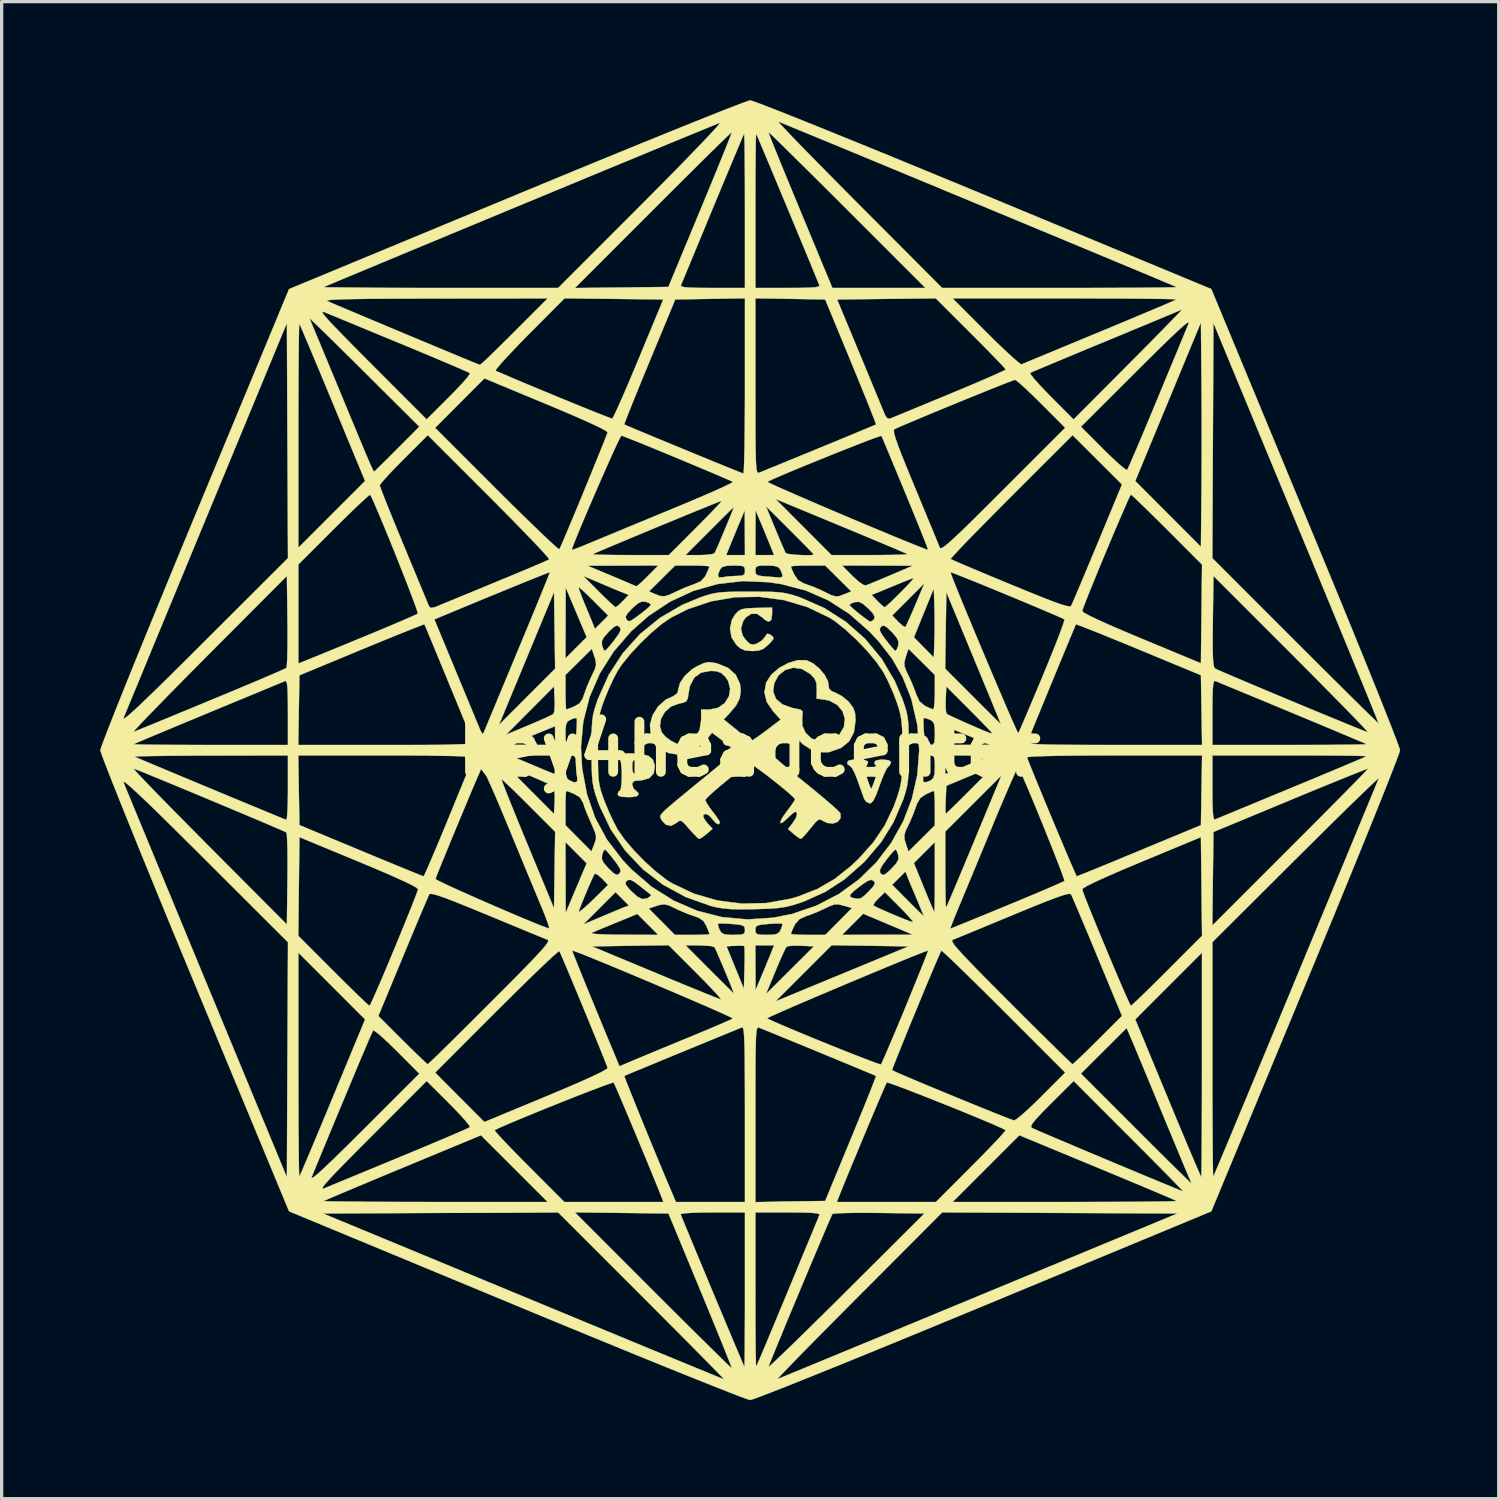
<source format=kicad_pcb>
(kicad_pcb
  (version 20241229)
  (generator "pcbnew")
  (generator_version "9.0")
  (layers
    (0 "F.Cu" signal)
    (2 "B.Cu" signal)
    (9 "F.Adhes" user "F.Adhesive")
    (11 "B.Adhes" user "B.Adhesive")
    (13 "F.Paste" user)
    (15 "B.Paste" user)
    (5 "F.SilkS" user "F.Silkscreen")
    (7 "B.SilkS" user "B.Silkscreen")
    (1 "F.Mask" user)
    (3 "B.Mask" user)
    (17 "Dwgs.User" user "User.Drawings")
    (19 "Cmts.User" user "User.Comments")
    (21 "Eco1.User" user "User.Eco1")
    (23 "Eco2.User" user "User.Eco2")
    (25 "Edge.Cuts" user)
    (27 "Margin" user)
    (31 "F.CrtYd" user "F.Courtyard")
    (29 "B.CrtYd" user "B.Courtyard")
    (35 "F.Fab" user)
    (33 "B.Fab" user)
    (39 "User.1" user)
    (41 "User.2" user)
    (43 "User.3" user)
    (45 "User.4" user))
  (footprint "key4headcenter"
    (layer "F.Cu")
    (at 19.745 19.746)
    (property "Reference" "key4headcenter" (at 0 0 0) (layer "F.SilkS") (effects (font (size 1.524 1.524) (thickness 0.3))))
    (attr through_hole)
    (fp_poly (pts (xy 0.699 -4.091) (xy 0.671 -3.926) (xy 0.592 -3.876) (xy 0.47 -3.943) (xy 0.413 -4) (xy 0.24 -4.117) (xy 0.058 -4.116) (xy -0.107 -4.002) (xy -0.181 -3.894) (xy -0.249 -3.669) (xy -0.198 -3.46) (xy -0.102 -3.323) (xy 0.014 -3.208) (xy 0.116 -3.18) (xy 0.23 -3.209) (xy 0.386 -3.302) (xy 0.48 -3.413) (xy 0.545 -3.509) (xy 0.621 -3.499) (xy 0.669 -3.467) (xy 0.735 -3.407) (xy 0.734 -3.347) (xy 0.656 -3.25) (xy 0.589 -3.183) (xy 0.433 -3.052) (xy 0.273 -2.995) (xy 0.095 -2.985) (xy -0.119 -3.002) (xy -0.273 -3.072) (xy -0.386 -3.17) (xy -0.535 -3.402) (xy -0.581 -3.671) (xy -0.524 -3.939) (xy -0.418 -4.108) (xy -0.328 -4.2) (xy -0.231 -4.255) (xy -0.09 -4.283) (xy 0.131 -4.295) (xy 0.217 -4.298) (xy 0.699 -4.309) (xy 0.699 -4.091)) (stroke (width 0.01) (type solid)) (fill yes) (layer "F.SilkS"))
    (fp_poly (pts (xy 4.246 0.336) (xy 4.317 0.392) (xy 4.318 0.406) (xy 4.269 0.507) (xy 4.239 0.526) (xy 4.184 0.596) (xy 4.105 0.759) (xy 4.014 0.984) (xy 3.971 1.104) (xy 3.87 1.38) (xy 3.789 1.551) (xy 3.719 1.634) (xy 3.668 1.651) (xy 3.559 1.598) (xy 3.5 1.508) (xy 3.453 1.377) (xy 3.379 1.171) (xy 3.296 0.937) (xy 3.211 0.726) (xy 3.13 0.573) (xy 3.068 0.508) (xy 3.064 0.508) (xy 2.994 0.457) (xy 2.985 0.413) (xy 3.018 0.353) (xy 3.136 0.324) (xy 3.302 0.318) (xy 3.506 0.329) (xy 3.603 0.367) (xy 3.619 0.407) (xy 3.576 0.504) (xy 3.547 0.522) (xy 3.515 0.58) (xy 3.538 0.725) (xy 3.584 0.876) (xy 3.647 1.058) (xy 3.696 1.178) (xy 3.715 1.206) (xy 3.745 1.152) (xy 3.799 1.011) (xy 3.846 0.876) (xy 3.906 0.665) (xy 3.91 0.551) (xy 3.883 0.522) (xy 3.816 0.446) (xy 3.81 0.407) (xy 3.86 0.343) (xy 4.016 0.318) (xy 4.064 0.318) (xy 4.246 0.336)) (stroke (width 0.01) (type solid)) (fill yes) (layer "F.SilkS"))
    (fp_poly (pts (xy -3.279 0.146) (xy -3.06 0.206) (xy -2.931 0.316) (xy -2.874 0.485) (xy -2.87 0.519) (xy -2.902 0.737) (xy -3.036 0.882) (xy -3.264 0.949) (xy -3.348 0.953) (xy -3.495 0.969) (xy -3.551 1.031) (xy -3.556 1.081) (xy -3.515 1.204) (xy -3.461 1.247) (xy -3.376 1.327) (xy -3.365 1.372) (xy -3.408 1.429) (xy -3.547 1.456) (xy -3.683 1.46) (xy -3.883 1.45) (xy -3.98 1.415) (xy -4 1.365) (xy -3.966 1.281) (xy -3.937 1.27) (xy -3.905 1.211) (xy -3.883 1.051) (xy -3.874 0.816) (xy -3.873 0.794) (xy -3.881 0.554) (xy -3.884 0.535) (xy -3.556 0.535) (xy -3.545 0.687) (xy -3.493 0.751) (xy -3.395 0.762) (xy -3.256 0.725) (xy -3.195 0.658) (xy -3.195 0.507) (xy -3.291 0.381) (xy -3.42 0.329) (xy -3.511 0.333) (xy -3.549 0.404) (xy -3.556 0.535) (xy -3.884 0.535) (xy -3.903 0.387) (xy -3.934 0.318) (xy -3.937 0.318) (xy -3.993 0.266) (xy -4 0.222) (xy -3.972 0.168) (xy -3.872 0.139) (xy -3.675 0.128) (xy -3.604 0.128) (xy -3.279 0.146)) (stroke (width 0.01) (type solid)) (fill yes) (layer "F.SilkS"))
    (fp_poly (pts (xy 0.423 -4.792) (xy 0.715 -4.785) (xy 0.939 -4.77) (xy 1.122 -4.743) (xy 1.294 -4.701) (xy 1.483 -4.641) (xy 1.556 -4.615) (xy 2.288 -4.294) (xy 2.95 -3.87) (xy 3.535 -3.352) (xy 4.033 -2.749) (xy 4.434 -2.07) (xy 4.66 -1.536) (xy 4.735 -1.322) (xy 4.788 -1.144) (xy 4.823 -0.972) (xy 4.844 -0.779) (xy 4.854 -0.533) (xy 4.857 -0.207) (xy 4.857 0.032) (xy 4.856 0.423) (xy 4.849 0.716) (xy 4.834 0.939) (xy 4.807 1.123) (xy 4.764 1.295) (xy 4.704 1.485) (xy 4.679 1.556) (xy 4.394 2.222) (xy 4.023 2.822) (xy 3.546 3.385) (xy 3.466 3.466) (xy 2.907 3.959) (xy 2.318 4.342) (xy 1.671 4.634) (xy 1.556 4.675) (xy 1.326 4.748) (xy 1.117 4.799) (xy 0.893 4.833) (xy 0.621 4.854) (xy 0.265 4.866) (xy 0.159 4.869) (xy -0.241 4.874) (xy -0.548 4.868) (xy -0.794 4.847) (xy -1.012 4.809) (xy -1.175 4.768) (xy -1.931 4.499) (xy -2.621 4.124) (xy -3.236 3.651) (xy -3.769 3.088) (xy -4.211 2.441) (xy -4.556 1.718) (xy -4.615 1.556) (xy -4.683 1.354) (xy -4.731 1.179) (xy -4.763 1.003) (xy -4.781 0.795) (xy -4.791 0.528) (xy -4.794 0.173) (xy -4.794 0.032) (xy -4.6 0.032) (xy -4.599 0.418) (xy -4.593 0.706) (xy -4.579 0.924) (xy -4.553 1.1) (xy -4.512 1.264) (xy -4.452 1.443) (xy -4.407 1.566) (xy -4.285 1.865) (xy -4.144 2.172) (xy -4.011 2.428) (xy -3.996 2.454) (xy -3.789 2.75) (xy -3.505 3.082) (xy -3.176 3.419) (xy -2.833 3.728) (xy -2.508 3.98) (xy -2.349 4.081) (xy -1.682 4.397) (xy -0.967 4.604) (xy -0.224 4.7) (xy 0.526 4.683) (xy 1.263 4.551) (xy 1.492 4.484) (xy 2.075 4.255) (xy 2.599 3.953) (xy 3.098 3.558) (xy 3.334 3.334) (xy 3.781 2.834) (xy 4.127 2.321) (xy 4.396 1.758) (xy 4.493 1.492) (xy 4.561 1.281) (xy 4.608 1.095) (xy 4.639 0.904) (xy 4.656 0.677) (xy 4.663 0.382) (xy 4.665 0.032) (xy 4.663 -0.351) (xy 4.655 -0.638) (xy 4.636 -0.86) (xy 4.605 -1.049) (xy 4.555 -1.236) (xy 4.493 -1.429) (xy 4.375 -1.738) (xy 4.229 -2.065) (xy 4.086 -2.342) (xy 4.081 -2.349) (xy 3.874 -2.652) (xy 3.592 -2.99) (xy 3.266 -3.33) (xy 2.928 -3.642) (xy 2.609 -3.895) (xy 2.454 -3.996) (xy 1.777 -4.322) (xy 1.059 -4.536) (xy 0.318 -4.636) (xy -0.429 -4.623) (xy -1.166 -4.496) (xy -1.876 -4.256) (xy -2.391 -3.996) (xy -2.671 -3.8) (xy -2.99 -3.53) (xy -3.317 -3.215) (xy -3.621 -2.887) (xy -3.871 -2.577) (xy -3.996 -2.391) (xy -4.126 -2.146) (xy -4.268 -1.841) (xy -4.393 -1.538) (xy -4.407 -1.503) (xy -4.48 -1.301) (xy -4.531 -1.132) (xy -4.566 -0.966) (xy -4.586 -0.776) (xy -4.596 -0.533) (xy -4.6 -0.207) (xy -4.6 0.032) (xy -4.794 0.032) (xy -4.793 -0.355) (xy -4.787 -0.644) (xy -4.773 -0.864) (xy -4.747 -1.045) (xy -4.704 -1.216) (xy -4.643 -1.406) (xy -4.597 -1.536) (xy -4.27 -2.264) (xy -3.841 -2.923) (xy -3.319 -3.503) (xy -2.712 -3.996) (xy -2.029 -4.393) (xy -1.492 -4.615) (xy -1.291 -4.683) (xy -1.116 -4.731) (xy -0.94 -4.763) (xy -0.733 -4.781) (xy -0.467 -4.79) (xy -0.112 -4.793) (xy 0.032 -4.793) (xy 0.423 -4.792)) (stroke (width 0.01) (type solid)) (fill yes) (layer "F.SilkS"))
    (fp_poly (pts (xy 1.741 -2.706) (xy 1.752 -2.703) (xy 1.946 -2.611) (xy 2.139 -2.451) (xy 2.301 -2.257) (xy 2.399 -2.066) (xy 2.413 -1.981) (xy 2.433 -1.842) (xy 2.516 -1.761) (xy 2.632 -1.716) (xy 2.814 -1.62) (xy 2.998 -1.472) (xy 3.045 -1.423) (xy 3.167 -1.26) (xy 3.224 -1.1) (xy 3.238 -0.878) (xy 3.238 -0.871) (xy 3.19 -0.514) (xy 3.044 -0.237) (xy 2.799 -0.038) (xy 2.451 0.085) (xy 2.397 0.096) (xy 2.139 0.09) (xy 1.864 -0.003) (xy 1.622 -0.158) (xy 1.479 -0.323) (xy 1.386 -0.449) (xy 1.307 -0.507) (xy 1.301 -0.508) (xy 1.207 -0.471) (xy 1.058 -0.379) (xy 0.886 -0.255) (xy 0.726 -0.126) (xy 0.611 -0.017) (xy 0.573 0.041) (xy 0.62 0.101) (xy 0.753 0.227) (xy 0.956 0.406) (xy 1.217 0.626) (xy 1.52 0.875) (xy 1.655 0.984) (xy 1.975 1.243) (xy 2.26 1.481) (xy 2.497 1.684) (xy 2.67 1.839) (xy 2.764 1.933) (xy 2.777 1.951) (xy 2.783 2.101) (xy 2.697 2.211) (xy 2.55 2.264) (xy 2.374 2.245) (xy 2.269 2.194) (xy 2.182 2.145) (xy 2.112 2.147) (xy 2.03 2.213) (xy 1.907 2.361) (xy 1.868 2.41) (xy 1.732 2.574) (xy 1.626 2.689) (xy 1.575 2.728) (xy 1.502 2.692) (xy 1.38 2.6) (xy 1.357 2.581) (xy 1.183 2.431) (xy 1.322 2.255) (xy 1.423 2.096) (xy 1.46 1.971) (xy 1.427 1.908) (xy 1.409 1.905) (xy 1.336 1.947) (xy 1.218 2.052) (xy 1.177 2.093) (xy 1.035 2.223) (xy 0.96 2.254) (xy 0.954 2.2) (xy 1.018 2.073) (xy 1.144 1.896) (xy 1.275 1.723) (xy 1.366 1.588) (xy 1.397 1.524) (xy 1.35 1.464) (xy 1.222 1.347) (xy 1.038 1.192) (xy 0.82 1.015) (xy 0.591 0.836) (xy 0.374 0.672) (xy 0.191 0.54) (xy 0.066 0.461) (xy 0.026 0.445) (xy -0.054 0.483) (xy -0.204 0.586) (xy -0.402 0.734) (xy -0.625 0.91) (xy -0.851 1.095) (xy -1.056 1.271) (xy -1.219 1.418) (xy -1.316 1.52) (xy -1.333 1.55) (xy -1.296 1.635) (xy -1.2 1.78) (xy -1.111 1.898) (xy -0.989 2.06) (xy -0.908 2.185) (xy -0.889 2.231) (xy -0.923 2.287) (xy -1.004 2.255) (xy -1.103 2.148) (xy -1.117 2.127) (xy -1.221 2.015) (xy -1.323 1.969) (xy -1.389 2.001) (xy -1.397 2.044) (xy -1.357 2.139) (xy -1.259 2.266) (xy -1.254 2.271) (xy -1.111 2.424) (xy -1.289 2.577) (xy -1.419 2.678) (xy -1.508 2.729) (xy -1.517 2.731) (xy -1.581 2.686) (xy -1.698 2.569) (xy -1.823 2.429) (xy -1.965 2.266) (xy -2.054 2.187) (xy -2.119 2.178) (xy -2.188 2.225) (xy -2.21 2.244) (xy -2.378 2.334) (xy -2.535 2.297) (xy -2.651 2.175) (xy -2.702 2.08) (xy -2.689 2.001) (xy -2.599 1.897) (xy -2.54 1.841) (xy -2.425 1.74) (xy -2.231 1.576) (xy -1.978 1.366) (xy -1.686 1.126) (xy -1.389 0.885) (xy -1.095 0.644) (xy -0.838 0.429) (xy -0.634 0.253) (xy -0.498 0.129) (xy -0.445 0.069) (xy -0.445 0.068) (xy -0.492 0.006) (xy -0.615 -0.106) (xy -0.786 -0.243) (xy -1.128 -0.501) (xy -1.324 -0.256) (xy -1.578 -0.02) (xy -1.867 0.119) (xy -2.167 0.164) (xy -2.455 0.117) (xy -2.708 -0.02) (xy -2.903 -0.242) (xy -2.993 -0.447) (xy -3.014 -0.696) (xy -2.714 -0.696) (xy -2.66 -0.512) (xy -2.541 -0.374) (xy -2.371 -0.25) (xy -2.348 -0.238) (xy -2.201 -0.164) (xy -2.113 -0.137) (xy -2.027 -0.154) (xy -1.886 -0.213) (xy -1.88 -0.216) (xy -1.644 -0.364) (xy -1.508 -0.58) (xy -1.461 -0.878) (xy -1.46 -0.903) (xy -1.46 -1.206) (xy -1.2 -1.206) (xy -0.941 -1.26) (xy -0.742 -1.401) (xy -0.616 -1.602) (xy -0.577 -1.835) (xy -0.638 -2.073) (xy -0.725 -2.203) (xy -0.852 -2.321) (xy -1 -2.372) (xy -1.168 -2.381) (xy -1.456 -2.33) (xy -1.667 -2.179) (xy -1.799 -1.93) (xy -1.838 -1.733) (xy -1.865 -1.55) (xy -1.912 -1.455) (xy -2.01 -1.411) (xy -2.124 -1.39) (xy -2.369 -1.3) (xy -2.561 -1.135) (xy -2.682 -0.924) (xy -2.714 -0.696) (xy -3.014 -0.696) (xy -3.018 -0.738) (xy -2.938 -1.032) (xy -2.771 -1.298) (xy -2.533 -1.508) (xy -2.302 -1.616) (xy -2.182 -1.706) (xy -2.159 -1.805) (xy -2.103 -2.016) (xy -1.953 -2.236) (xy -1.735 -2.432) (xy -1.57 -2.531) (xy -1.378 -2.618) (xy -1.232 -2.649) (xy -1.071 -2.63) (xy -0.967 -2.606) (xy -0.639 -2.472) (xy -0.407 -2.263) (xy -0.278 -1.988) (xy -0.254 -1.777) (xy -0.286 -1.549) (xy -0.394 -1.332) (xy -0.585 -1.103) (xy -0.773 -0.904) (xy -0.371 -0.579) (xy -0.181 -0.428) (xy -0.029 -0.315) (xy 0.059 -0.257) (xy 0.069 -0.254) (xy 0.134 -0.29) (xy 0.274 -0.385) (xy 0.462 -0.522) (xy 0.534 -0.576) (xy 0.959 -0.898) (xy 0.737 -1.144) (xy 0.538 -1.434) (xy 0.465 -1.726) (xy 0.47 -1.748) (xy 0.733 -1.748) (xy 0.817 -1.531) (xy 1.011 -1.364) (xy 1.307 -1.256) (xy 1.384 -1.24) (xy 1.552 -1.206) (xy 1.623 -1.159) (xy 1.629 -1.065) (xy 1.615 -0.986) (xy 1.618 -0.718) (xy 1.719 -0.495) (xy 1.891 -0.331) (xy 2.109 -0.238) (xy 2.349 -0.227) (xy 2.586 -0.31) (xy 2.746 -0.443) (xy 2.885 -0.677) (xy 2.913 -0.923) (xy 2.841 -1.155) (xy 2.681 -1.348) (xy 2.443 -1.475) (xy 2.312 -1.503) (xy 2.052 -1.538) (xy 2.058 -1.822) (xy 2.047 -2.02) (xy 1.984 -2.159) (xy 1.856 -2.291) (xy 1.608 -2.44) (xy 1.347 -2.478) (xy 1.1 -2.41) (xy 0.895 -2.246) (xy 0.764 -2.007) (xy 0.733 -1.748) (xy 0.47 -1.748) (xy 0.518 -2.022) (xy 0.528 -2.045) (xy 0.679 -2.272) (xy 0.913 -2.471) (xy 1.193 -2.623) (xy 1.481 -2.708) (xy 1.741 -2.706)) (stroke (width 0.01) (type solid)) (fill yes) (layer "F.SilkS"))
    (fp_poly (pts (xy 0.116 -19.717) (xy 0.31 -19.647) (xy 0.608 -19.533) (xy 1.002 -19.378) (xy 1.487 -19.185) (xy 2.055 -18.957) (xy 2.7 -18.696) (xy 3.415 -18.406) (xy 4.193 -18.088) (xy 5.027 -17.745) (xy 5.911 -17.381) (xy 6.837 -16.998) (xy 7.143 -16.871) (xy 14.064 -14) (xy 16.934 -7.08) (xy 17.318 -6.153) (xy 17.685 -5.265) (xy 18.032 -4.421) (xy 18.356 -3.629) (xy 18.655 -2.895) (xy 18.926 -2.227) (xy 19.165 -1.632) (xy 19.371 -1.116) (xy 19.541 -0.687) (xy 19.671 -0.351) (xy 19.758 -0.116) (xy 19.801 0.012) (xy 19.805 0.032) (xy 19.781 0.115) (xy 19.711 0.308) (xy 19.597 0.604) (xy 19.444 0.995) (xy 19.253 1.475) (xy 19.028 2.037) (xy 18.771 2.672) (xy 18.485 3.375) (xy 18.173 4.138) (xy 17.839 4.953) (xy 17.484 5.814) (xy 17.112 6.713) (xy 16.934 7.143) (xy 14.064 14.064) (xy 7.143 16.935) (xy 6.204 17.323) (xy 5.306 17.694) (xy 4.455 18.044) (xy 3.658 18.37) (xy 2.923 18.67) (xy 2.255 18.94) (xy 1.661 19.179) (xy 1.149 19.384) (xy 0.724 19.551) (xy 0.394 19.678) (xy 0.166 19.763) (xy 0.046 19.802) (xy 0.032 19.804) (xy -0.051 19.78) (xy -0.243 19.71) (xy -0.538 19.597) (xy -0.928 19.444) (xy -1.406 19.254) (xy -1.964 19.03) (xy -2.595 18.775) (xy -3.292 18.492) (xy -4.047 18.183) (xy -4.853 17.852) (xy -5.702 17.503) (xy -6.588 17.137) (xy -7.079 16.933) (xy -13.839 14.129) (xy -12.967 14.129) (xy -6.881 16.651) (xy -6.046 16.997) (xy -5.244 17.329) (xy -4.483 17.644) (xy -3.771 17.938) (xy -3.116 18.209) (xy -2.525 18.453) (xy -2.006 18.667) (xy -1.566 18.848) (xy -1.215 18.992) (xy -0.959 19.097) (xy -0.805 19.159) (xy -0.762 19.175) (xy -0.769 19.168) (xy 0.864 19.168) (xy 0.931 19.141) (xy 1.108 19.069) (xy 1.386 18.954) (xy 1.758 18.801) (xy 2.216 18.611) (xy 2.752 18.39) (xy 3.358 18.139) (xy 4.027 17.863) (xy 4.75 17.563) (xy 5.52 17.244) (xy 6.328 16.909) (xy 6.985 16.637) (xy 13.036 14.129) (xy 5.875 14.096) (xy 3.334 16.643) (xy 2.868 17.111) (xy 2.433 17.551) (xy 2.034 17.954) (xy 1.682 18.312) (xy 1.382 18.619) (xy 1.144 18.865) (xy 0.974 19.043) (xy 0.88 19.146) (xy 0.864 19.168) (xy -0.769 19.168) (xy -0.8 19.132) (xy -0.919 19.007) (xy -1.113 18.809) (xy -1.374 18.544) (xy -1.692 18.222) (xy -2.061 17.85) (xy -2.473 17.436) (xy -2.92 16.988) (xy -3.271 16.636) (xy -5.812 14.096) (xy -9.389 14.112) (xy -12.967 14.129) (xy -13.839 14.129) (xy -13.92 14.095) (xy -5.302 14.095) (xy -2.924 16.475) (xy -2.471 16.927) (xy -2.045 17.351) (xy -1.656 17.738) (xy -1.311 18.079) (xy -1.018 18.367) (xy -0.786 18.594) (xy -0.624 18.75) (xy -0.538 18.829) (xy -0.528 18.837) (xy -0.547 18.776) (xy -0.611 18.611) (xy -0.713 18.354) (xy -0.849 18.017) (xy -1.013 17.613) (xy -1.201 17.154) (xy -1.407 16.653) (xy -1.482 16.474) (xy -2.444 14.151) (xy -2.085 14.151) (xy -2.024 14.301) (xy -1.927 14.54) (xy -1.798 14.852) (xy -1.645 15.221) (xy -1.473 15.634) (xy -1.29 16.074) (xy -1.101 16.527) (xy -0.912 16.977) (xy -0.731 17.41) (xy -0.563 17.81) (xy -0.415 18.161) (xy -0.293 18.45) (xy -0.204 18.66) (xy -0.153 18.777) (xy -0.144 18.796) (xy 0.588 18.796) (xy 0.625 18.771) (xy 0.744 18.664) (xy 0.936 18.482) (xy 1.194 18.234) (xy 1.509 17.928) (xy 1.873 17.571) (xy 2.279 17.171) (xy 2.718 16.736) (xy 2.945 16.51) (xy 5.335 14.129) (xy 3.958 14.112) (xy 3.552 14.109) (xy 3.189 14.11) (xy 2.888 14.116) (xy 2.669 14.125) (xy 2.55 14.138) (xy 2.535 14.143) (xy 2.504 14.208) (xy 2.431 14.374) (xy 2.323 14.627) (xy 2.185 14.951) (xy 2.024 15.331) (xy 1.847 15.751) (xy 1.66 16.196) (xy 1.47 16.651) (xy 1.283 17.099) (xy 1.105 17.527) (xy 0.944 17.918) (xy 0.804 18.256) (xy 0.694 18.528) (xy 0.618 18.716) (xy 0.588 18.796) (xy -0.144 18.796) (xy -0.14 18.735) (xy -0.136 18.561) (xy -0.133 18.287) (xy -0.131 17.929) (xy -0.129 17.5) (xy -0.127 17.013) (xy -0.127 16.483) (xy -0.127 16.447) (xy -0.127 14.097) (xy 0.191 14.097) (xy 0.191 16.457) (xy 0.191 16.989) (xy 0.193 17.478) (xy 0.196 17.909) (xy 0.199 18.27) (xy 0.204 18.547) (xy 0.209 18.725) (xy 0.214 18.791) (xy 0.215 18.791) (xy 0.244 18.728) (xy 0.316 18.561) (xy 0.426 18.302) (xy 0.568 17.965) (xy 0.736 17.561) (xy 0.926 17.105) (xy 1.133 16.609) (xy 1.174 16.51) (xy 1.383 16.005) (xy 1.577 15.535) (xy 1.752 15.114) (xy 1.901 14.755) (xy 2.018 14.471) (xy 2.099 14.275) (xy 2.138 14.181) (xy 2.14 14.176) (xy 2.125 14.145) (xy 2.04 14.123) (xy 1.872 14.108) (xy 1.606 14.1) (xy 1.229 14.097) (xy 1.182 14.097) (xy 0.191 14.097) (xy -0.127 14.097) (xy -1.117 14.097) (xy -1.453 14.1) (xy -1.737 14.109) (xy -1.949 14.123) (xy -2.068 14.14) (xy -2.085 14.151) (xy -2.444 14.151) (xy -2.453 14.129) (xy -3.878 14.112) (xy -5.302 14.095) (xy -13.92 14.095) (xy -13.999 14.062) (xy -14.128 13.752) (xy -12.947 13.752) (xy -12.891 13.757) (xy -12.719 13.762) (xy -12.444 13.766) (xy -12.075 13.77) (xy -11.625 13.774) (xy -11.106 13.776) (xy -10.528 13.778) (xy -9.904 13.779) (xy -9.552 13.78) (xy -6.128 13.78) (xy -7.144 12.764) (xy -8.16 11.749) (xy -10.54 12.737) (xy -11.057 12.951) (xy -11.536 13.152) (xy -11.966 13.332) (xy -12.333 13.486) (xy -12.626 13.61) (xy -12.831 13.699) (xy -12.936 13.746) (xy -12.947 13.752) (xy -14.128 13.752) (xy -14.288 13.366) (xy -12.988 13.366) (xy -12.963 13.375) (xy -12.922 13.362) (xy -12.804 13.313) (xy -12.585 13.222) (xy -12.279 13.095) (xy -11.902 12.94) (xy -11.47 12.761) (xy -10.998 12.566) (xy -10.604 12.403) (xy -10.123 12.203) (xy -9.679 12.017) (xy -9.285 11.851) (xy -8.956 11.711) (xy -8.706 11.602) (xy -8.694 11.597) (xy -7.744 11.597) (xy -7.709 11.648) (xy -7.596 11.775) (xy -7.417 11.967) (xy -7.183 12.21) (xy -6.906 12.492) (xy -6.697 12.702) (xy -5.621 13.78) (xy -2.607 13.78) (xy -2.662 13.637) (xy -2.737 13.446) (xy -2.845 13.179) (xy -2.979 12.852) (xy -3.131 12.483) (xy -3.294 12.09) (xy -3.461 11.691) (xy -3.624 11.302) (xy -3.775 10.943) (xy -3.908 10.629) (xy -4.015 10.38) (xy -4.089 10.213) (xy -4.121 10.144) (xy -4.122 10.144) (xy -4.186 10.159) (xy -4.349 10.215) (xy -4.595 10.306) (xy -4.906 10.425) (xy -5.264 10.564) (xy -5.651 10.718) (xy -6.051 10.878) (xy -6.446 11.038) (xy -6.819 11.191) (xy -7.151 11.329) (xy -7.426 11.446) (xy -7.625 11.535) (xy -7.733 11.589) (xy -7.744 11.597) (xy -8.694 11.597) (xy -8.547 11.531) (xy -8.494 11.503) (xy -8.52 11.445) (xy -8.624 11.315) (xy -8.789 11.13) (xy -9.003 10.905) (xy -9.13 10.777) (xy -9.812 10.097) (xy -11.494 11.782) (xy -11.93 12.219) (xy -12.281 12.575) (xy -12.554 12.855) (xy -12.755 13.068) (xy -12.89 13.219) (xy -12.965 13.316) (xy -12.988 13.366) (xy -14.288 13.366) (xy -14.417 13.054) (xy -13.313 13.054) (xy -13.261 13.031) (xy -13.149 12.943) (xy -12.974 12.785) (xy -12.729 12.553) (xy -12.409 12.242) (xy -12.009 11.848) (xy -11.718 11.558) (xy -10.034 9.876) (xy -10.067 9.842) (xy -9.555 9.842) (xy -8.055 11.346) (xy -6.171 10.564) (xy -5.6 10.324) (xy -5.127 10.12) (xy -4.758 9.953) (xy -4.736 9.943) (xy -3.798 9.943) (xy -3.779 10.001) (xy -3.718 10.161) (xy -3.622 10.404) (xy -3.497 10.715) (xy -3.351 11.077) (xy -3.19 11.472) (xy -3.021 11.885) (xy -2.85 12.299) (xy -2.685 12.697) (xy -2.532 13.063) (xy -2.399 13.379) (xy -2.356 13.478) (xy -2.227 13.78) (xy -0.127 13.78) (xy -0.127 11.107) (xy 0.191 11.107) (xy 0.191 13.783) (xy 0.378 13.78) (xy 2.67 13.78) (xy 5.685 13.78) (xy 6.192 13.78) (xy 9.615 13.78) (xy 10.26 13.779) (xy 10.864 13.777) (xy 11.416 13.775) (xy 11.905 13.772) (xy 12.318 13.767) (xy 12.645 13.763) (xy 12.874 13.758) (xy 12.993 13.752) (xy 13.008 13.749) (xy 12.945 13.719) (xy 12.776 13.645) (xy 12.516 13.534) (xy 12.175 13.39) (xy 11.768 13.219) (xy 11.306 13.026) (xy 10.802 12.817) (xy 10.6 12.733) (xy 8.223 11.748) (xy 6.192 13.78) (xy 5.685 13.78) (xy 6.76 12.702) (xy 7.059 12.401) (xy 7.323 12.129) (xy 7.541 11.9) (xy 7.701 11.726) (xy 7.79 11.62) (xy 7.804 11.593) (xy 7.728 11.551) (xy 7.56 11.474) (xy 8.579 11.474) (xy 8.592 11.519) (xy 8.594 11.52) (xy 8.666 11.554) (xy 8.839 11.63) (xy 9.098 11.741) (xy 9.427 11.881) (xy 9.81 12.043) (xy 10.232 12.221) (xy 10.678 12.408) (xy 11.131 12.599) (xy 11.576 12.785) (xy 11.997 12.961) (xy 12.38 13.12) (xy 12.708 13.256) (xy 12.965 13.361) (xy 13.137 13.431) (xy 13.208 13.457) (xy 13.171 13.415) (xy 13.055 13.293) (xy 12.868 13.101) (xy 12.62 12.848) (xy 12.32 12.545) (xy 11.978 12.201) (xy 11.604 11.826) (xy 11.557 11.78) (xy 9.876 10.097) (xy 9.19 10.779) (xy 8.919 11.053) (xy 8.733 11.252) (xy 8.623 11.389) (xy 8.579 11.474) (xy 7.56 11.474) (xy 7.555 11.472) (xy 7.301 11.362) (xy 6.984 11.229) (xy 6.622 11.08) (xy 6.232 10.921) (xy 5.832 10.761) (xy 5.439 10.605) (xy 5.071 10.461) (xy 4.745 10.335) (xy 4.479 10.236) (xy 4.29 10.169) (xy 4.195 10.142) (xy 4.188 10.143) (xy 4.156 10.209) (xy 4.084 10.374) (xy 3.978 10.621) (xy 3.845 10.933) (xy 3.694 11.291) (xy 3.531 11.678) (xy 3.365 12.077) (xy 3.202 12.469) (xy 3.049 12.837) (xy 2.915 13.164) (xy 2.807 13.431) (xy 2.731 13.621) (xy 2.725 13.637) (xy 2.67 13.78) (xy 0.378 13.78) (xy 1.253 13.765) (xy 2.315 13.748) (xy 3.099 11.852) (xy 3.287 11.394) (xy 3.459 10.974) (xy 3.607 10.607) (xy 3.726 10.308) (xy 3.811 10.089) (xy 3.856 9.966) (xy 3.862 9.943) (xy 3.801 9.916) (xy 3.64 9.849) (xy 3.449 9.769) (xy 4.352 9.769) (xy 4.419 9.803) (xy 4.586 9.877) (xy 4.836 9.985) (xy 5.151 10.118) (xy 5.514 10.27) (xy 5.908 10.433) (xy 6.314 10.601) (xy 6.717 10.766) (xy 7.097 10.92) (xy 7.437 11.058) (xy 7.721 11.171) (xy 7.931 11.252) (xy 8.048 11.294) (xy 8.066 11.298) (xy 8.141 11.257) (xy 8.287 11.139) (xy 8.488 10.961) (xy 8.725 10.736) (xy 8.89 10.572) (xy 9.588 9.873) (xy 10.096 9.873) (xy 11.763 11.54) (xy 12.14 11.918) (xy 12.489 12.265) (xy 12.799 12.573) (xy 13.06 12.831) (xy 13.262 13.029) (xy 13.395 13.158) (xy 13.449 13.208) (xy 13.449 13.208) (xy 13.445 13.168) (xy 13.441 13.16) (xy 13.411 13.092) (xy 13.338 12.921) (xy 13.228 12.66) (xy 13.088 12.323) (xy 12.922 11.924) (xy 12.736 11.478) (xy 12.585 11.113) (xy 12.383 10.624) (xy 12.19 10.16) (xy 12.014 9.736) (xy 11.862 9.37) (xy 11.74 9.078) (xy 11.655 8.875) (xy 11.622 8.799) (xy 11.488 8.485) (xy 10.096 9.873) (xy 9.588 9.873) (xy 9.619 9.842) (xy 7.749 7.971) (xy 7.349 7.572) (xy 6.976 7.203) (xy 6.641 6.874) (xy 6.353 6.594) (xy 6.121 6.372) (xy 5.955 6.217) (xy 5.864 6.138) (xy 5.85 6.131) (xy 5.816 6.197) (xy 5.743 6.363) (xy 5.637 6.61) (xy 5.505 6.921) (xy 5.355 7.279) (xy 5.195 7.667) (xy 5.03 8.067) (xy 4.868 8.462) (xy 4.716 8.834) (xy 4.582 9.167) (xy 4.472 9.443) (xy 4.394 9.644) (xy 4.355 9.754) (xy 4.352 9.769) (xy 3.449 9.769) (xy 3.396 9.747) (xy 3.088 9.619) (xy 2.733 9.472) (xy 2.348 9.313) (xy 1.952 9.149) (xy 1.56 8.988) (xy 1.193 8.837) (xy 0.865 8.703) (xy 0.597 8.593) (xy 0.404 8.514) (xy 0.305 8.475) (xy 0.302 8.473) (xy 0.274 8.469) (xy 0.252 8.486) (xy 0.234 8.536) (xy 0.22 8.629) (xy 0.209 8.776) (xy 0.202 8.988) (xy 0.196 9.277) (xy 0.193 9.653) (xy 0.191 10.128) (xy 0.191 10.713) (xy 0.191 11.107) (xy -0.127 11.107) (xy -0.127 11.106) (xy -0.128 10.438) (xy -0.13 9.888) (xy -0.133 9.444) (xy -0.139 9.098) (xy -0.147 8.838) (xy -0.158 8.654) (xy -0.172 8.538) (xy -0.189 8.477) (xy -0.21 8.464) (xy -0.212 8.464) (xy -0.306 8.502) (xy -0.494 8.579) (xy -0.759 8.687) (xy -1.084 8.821) (xy -1.45 8.971) (xy -1.841 9.132) (xy -2.24 9.296) (xy -2.627 9.456) (xy -2.987 9.605) (xy -3.301 9.735) (xy -3.553 9.839) (xy -3.724 9.911) (xy -3.797 9.942) (xy -3.798 9.943) (xy -4.736 9.943) (xy -4.495 9.826) (xy -4.344 9.74) (xy -4.305 9.701) (xy -4.335 9.617) (xy -4.406 9.436) (xy -4.511 9.175) (xy -4.641 8.854) (xy -4.79 8.489) (xy -4.951 8.098) (xy -5.116 7.699) (xy -5.277 7.311) (xy -5.427 6.95) (xy -5.56 6.636) (xy -5.667 6.385) (xy -5.741 6.215) (xy -5.774 6.145) (xy -5.775 6.145) (xy -5.826 6.178) (xy -5.958 6.293) (xy -6.16 6.48) (xy -6.422 6.73) (xy -6.736 7.033) (xy -7.092 7.382) (xy -7.48 7.767) (xy -7.685 7.97) (xy -9.555 9.842) (xy -10.067 9.842) (xy -10.714 9.193) (xy -10.952 8.96) (xy -11.16 8.767) (xy -11.321 8.63) (xy -11.418 8.561) (xy -11.439 8.558) (xy -11.474 8.628) (xy -11.555 8.81) (xy -11.679 9.1) (xy -11.846 9.492) (xy -12.051 9.982) (xy -12.294 10.564) (xy -12.573 11.233) (xy -12.884 11.983) (xy -13.226 12.811) (xy -13.311 13.018) (xy -13.313 13.054) (xy -14.417 13.054) (xy -16.87 7.142) (xy -17.251 6.222) (xy -17.616 5.338) (xy -17.962 4.497) (xy -18.285 3.707) (xy -18.584 2.974) (xy -18.854 2.306) (xy -19.095 1.71) (xy -19.301 1.193) (xy -19.375 1.007) (xy -19.037 1.007) (xy -19.034 1.016) (xy -18.998 1.105) (xy -18.917 1.303) (xy -18.793 1.602) (xy -18.632 1.993) (xy -18.435 2.469) (xy -18.207 3.021) (xy -17.951 3.641) (xy -17.669 4.321) (xy -17.367 5.052) (xy -17.047 5.827) (xy -16.712 6.636) (xy -16.506 7.134) (xy -14.065 13.03) (xy -14.05 9.615) (xy -13.716 9.615) (xy -13.715 10.26) (xy -13.714 10.864) (xy -13.712 11.417) (xy -13.708 11.905) (xy -13.704 12.318) (xy -13.7 12.645) (xy -13.695 12.875) (xy -13.69 12.994) (xy -13.687 13.009) (xy -13.657 12.946) (xy -13.584 12.778) (xy -13.473 12.518) (xy -13.329 12.178) (xy -13.158 11.771) (xy -12.965 11.309) (xy -12.755 10.805) (xy -12.671 10.602) (xy -11.685 8.223) (xy -11.791 8.118) (xy -11.282 8.118) (xy -10.547 8.853) (xy -10.299 9.099) (xy -10.082 9.31) (xy -9.913 9.472) (xy -9.807 9.568) (xy -9.779 9.588) (xy -9.729 9.545) (xy -9.598 9.421) (xy -9.397 9.226) (xy -9.135 8.968) (xy -8.821 8.658) (xy -8.465 8.305) (xy -8.077 7.918) (xy -7.877 7.718) (xy -7.412 7.252) (xy -7.031 6.867) (xy -6.727 6.556) (xy -6.492 6.311) (xy -6.324 6.128) (xy -5.382 6.128) (xy -5.363 6.188) (xy -5.3 6.352) (xy -5.198 6.608) (xy -5.062 6.944) (xy -4.898 7.347) (xy -4.71 7.805) (xy -4.504 8.305) (xy -4.284 8.835) (xy -4.056 9.382) (xy -4.03 9.445) (xy -3.944 9.651) (xy -3.639 9.52) (xy -3.493 9.458) (xy -3.25 9.357) (xy -2.932 9.225) (xy -2.561 9.071) (xy -2.156 8.904) (xy -1.937 8.814) (xy -1.542 8.65) (xy -1.187 8.502) (xy -0.888 8.375) (xy -0.662 8.276) (xy -0.526 8.215) (xy -0.494 8.197) (xy -0.506 8.189) (xy 0.548 8.189) (xy 0.622 8.23) (xy 0.793 8.308) (xy 1.044 8.416) (xy 1.357 8.548) (xy 1.714 8.697) (xy 2.097 8.854) (xy 2.489 9.013) (xy 2.87 9.166) (xy 3.225 9.306) (xy 3.534 9.426) (xy 3.78 9.519) (xy 3.945 9.578) (xy 4.011 9.594) (xy 4.011 9.594) (xy 4.046 9.528) (xy 4.121 9.359) (xy 4.232 9.103) (xy 4.372 8.775) (xy 4.535 8.388) (xy 4.713 7.96) (xy 4.759 7.849) (xy 4.937 7.414) (xy 5.098 7.019) (xy 5.235 6.679) (xy 5.343 6.408) (xy 5.415 6.222) (xy 5.446 6.134) (xy 5.446 6.129) (xy 5.384 6.147) (xy 5.22 6.21) (xy 4.97 6.309) (xy 4.648 6.44) (xy 4.269 6.596) (xy 3.848 6.771) (xy 3.4 6.958) (xy 2.938 7.152) (xy 2.479 7.346) (xy 2.036 7.534) (xy 1.624 7.709) (xy 1.259 7.867) (xy 0.954 8) (xy 0.724 8.102) (xy 0.585 8.167) (xy 0.548 8.189) (xy -0.506 8.189) (xy -0.542 8.167) (xy -0.694 8.095) (xy -0.933 7.987) (xy -1.246 7.849) (xy -1.618 7.688) (xy -1.644 7.676) (xy 0.801 7.676) (xy 2.827 6.839) (xy 4.853 6.001) (xy 3.682 5.983) (xy 2.512 5.966) (xy 1.657 6.821) (xy 0.801 7.676) (xy -1.644 7.676) (xy -2.033 7.509) (xy -2.478 7.319) (xy -2.938 7.124) (xy -3.398 6.93) (xy -3.843 6.743) (xy -4.258 6.571) (xy -4.63 6.418) (xy -4.943 6.291) (xy -5.182 6.197) (xy -5.334 6.141) (xy -5.382 6.128) (xy -6.324 6.128) (xy -6.32 6.124) (xy -6.215 6.001) (xy -4.782 6.001) (xy -2.851 6.805) (xy -2.386 6.999) (xy -1.957 7.176) (xy -1.578 7.331) (xy -1.265 7.458) (xy -1.032 7.551) (xy -0.892 7.604) (xy -0.858 7.615) (xy -0.88 7.574) (xy -0.98 7.458) (xy -0.983 7.455) (xy 0.512 7.455) (xy 1.972 6.001) (xy 1.58 5.982) (xy 1.365 5.979) (xy 1.203 5.992) (xy 1.137 6.013) (xy 1.094 6.089) (xy 1.015 6.258) (xy 0.911 6.493) (xy 0.799 6.76) (xy 0.512 7.455) (xy -0.983 7.455) (xy -1.145 7.281) (xy -1.362 7.055) (xy -1.619 6.796) (xy -1.621 6.793) (xy -2.445 5.969) (xy -1.935 5.969) (xy -1.206 6.699) (xy -0.961 6.944) (xy -0.75 7.154) (xy -0.587 7.314) (xy -0.488 7.41) (xy -0.465 7.429) (xy -0.483 7.375) (xy -0.541 7.226) (xy -0.63 7.007) (xy -0.734 6.756) (xy -0.849 6.484) (xy -0.948 6.254) (xy -1.02 6.092) (xy -1.052 6.026) (xy -1.119 6.001) (xy -0.687 6.001) (xy -0.423 6.647) (xy -0.159 7.293) (xy -0.141 6.654) (xy -0.135 6.383) (xy -0.136 6.164) (xy -0.143 6.024) (xy -0.15 5.989) (xy -0.225 5.976) (xy -0.377 5.977) (xy -0.432 5.981) (xy -0.687 6.001) (xy -1.119 6.001) (xy -1.129 5.997) (xy -1.296 5.977) (xy -1.511 5.969) (xy 0.191 5.969) (xy 0.196 7.334) (xy 0.357 6.953) (xy 0.466 6.692) (xy 0.577 6.423) (xy 0.639 6.271) (xy 0.76 5.969) (xy 0.191 5.969) (xy -1.511 5.969) (xy -1.935 5.969) (xy -2.445 5.969) (xy -2.448 5.966) (xy -3.615 5.983) (xy -4.782 6.001) (xy -6.215 6.001) (xy -6.204 5.988) (xy -6.137 5.895) (xy -6.112 5.837) (xy -6.116 5.824) (xy 6.175 5.824) (xy 6.188 5.872) (xy 6.24 5.953) (xy 6.34 6.074) (xy 6.493 6.244) (xy 6.706 6.469) (xy 6.987 6.758) (xy 7.342 7.118) (xy 7.779 7.556) (xy 7.94 7.718) (xy 8.341 8.119) (xy 8.714 8.49) (xy 9.05 8.822) (xy 9.338 9.106) (xy 9.57 9.333) (xy 9.736 9.494) (xy 9.827 9.578) (xy 9.841 9.588) (xy 9.894 9.546) (xy 10.021 9.428) (xy 10.207 9.25) (xy 10.435 9.027) (xy 10.61 8.853) (xy 11.241 8.223) (xy 11.75 8.223) (xy 12.743 10.62) (xy 12.957 11.138) (xy 13.157 11.617) (xy 13.337 12.046) (xy 13.492 12.411) (xy 13.616 12.702) (xy 13.704 12.904) (xy 13.751 13.007) (xy 13.757 13.018) (xy 13.761 12.956) (xy 13.765 12.779) (xy 13.769 12.498) (xy 13.772 12.125) (xy 13.775 11.672) (xy 13.777 11.149) (xy 13.779 10.569) (xy 13.779 9.943) (xy 13.78 9.605) (xy 13.78 6.192) (xy 12.765 7.207) (xy 11.75 8.223) (xy 11.241 8.223) (xy 11.347 8.118) (xy 10.599 6.315) (xy 10.411 5.863) (xy 10.237 5.447) (xy 10.083 5.081) (xy 9.956 4.781) (xy 9.862 4.563) (xy 9.808 4.44) (xy 9.799 4.421) (xy 9.763 4.403) (xy 9.682 4.41) (xy 9.545 4.447) (xy 9.34 4.518) (xy 9.057 4.626) (xy 8.683 4.775) (xy 8.207 4.97) (xy 8.033 5.043) (xy 7.59 5.226) (xy 7.182 5.395) (xy 6.823 5.544) (xy 6.53 5.664) (xy 6.319 5.751) (xy 6.205 5.797) (xy 6.195 5.801) (xy 6.175 5.824) (xy -6.116 5.824) (xy -6.121 5.806) (xy -6.131 5.801) (xy -6.22 5.765) (xy -6.41 5.687) (xy -6.648 5.589) (xy -4.794 5.589) (xy -4.783 5.609) (xy -4.655 5.626) (xy -4.419 5.638) (xy -4.086 5.645) (xy -3.843 5.647) (xy -2.764 5.652) (xy -3.401 5.014) (xy -4.034 5.274) (xy -4.308 5.387) (xy -4.548 5.486) (xy -4.724 5.56) (xy -4.794 5.589) (xy -6.648 5.589) (xy -6.685 5.574) (xy -7.03 5.431) (xy -7.428 5.266) (xy -7.864 5.086) (xy -7.969 5.042) (xy -8.486 4.829) (xy -8.896 4.664) (xy -9.212 4.542) (xy -9.443 4.46) (xy -9.6 4.414) (xy -9.693 4.401) (xy -9.733 4.416) (xy -9.733 4.417) (xy -9.769 4.495) (xy -9.847 4.676) (xy -9.961 4.944) (xy -10.104 5.284) (xy -10.27 5.681) (xy -10.453 6.12) (xy -10.532 6.31) (xy -11.282 8.118) (xy -11.791 8.118) (xy -12.701 7.207) (xy -13.716 6.192) (xy -13.716 9.615) (xy -14.05 9.615) (xy -14.049 9.453) (xy -14.032 5.875) (xy -14.228 5.68) (xy -13.718 5.68) (xy -12.654 6.745) (xy -12.354 7.044) (xy -12.083 7.311) (xy -11.855 7.533) (xy -11.682 7.697) (xy -11.577 7.792) (xy -11.552 7.811) (xy -11.519 7.754) (xy -11.444 7.595) (xy -11.334 7.347) (xy -11.194 7.025) (xy -11.032 6.643) (xy -10.854 6.217) (xy -10.797 6.08) (xy -10.615 5.638) (xy -10.449 5.232) (xy -10.306 4.877) (xy -10.192 4.588) (xy -10.113 4.382) (xy -10.075 4.273) (xy -10.073 4.262) (xy -10.129 4.21) (xy -10.302 4.115) (xy -10.589 3.979) (xy -10.651 3.951) (xy -9.543 3.951) (xy -9.49 3.986) (xy -9.337 4.062) (xy -9.102 4.173) (xy -8.802 4.309) (xy -8.456 4.464) (xy -8.079 4.63) (xy -7.691 4.799) (xy -7.307 4.964) (xy -6.947 5.117) (xy -6.627 5.25) (xy -6.365 5.356) (xy -6.179 5.427) (xy -6.085 5.456) (xy -6.084 5.456) (xy -6.09 5.404) (xy -6.112 5.335) (xy -5.048 5.335) (xy -4.508 5.106) (xy -4.25 4.997) (xy -4.02 4.901) (xy -3.892 4.848) (xy -3.054 4.848) (xy -2.258 5.652) (xy -1.732 5.652) (xy -1.492 5.649) (xy -1.309 5.642) (xy -1.214 5.631) (xy -1.206 5.628) (xy -1.229 5.559) (xy -1.283 5.42) (xy -1.298 5.385) (xy -1.341 5.311) (xy -0.947 5.311) (xy -0.943 5.378) (xy -0.901 5.492) (xy -0.844 5.585) (xy -0.758 5.633) (xy -0.605 5.65) (xy -0.478 5.652) (xy -0.277 5.647) (xy -0.172 5.625) (xy -0.133 5.572) (xy -0.127 5.5) (xy 0.191 5.5) (xy 0.201 5.587) (xy 0.252 5.632) (xy 0.374 5.649) (xy 0.541 5.652) (xy 0.748 5.645) (xy 0.842 5.622) (xy 1.27 5.622) (xy 1.329 5.635) (xy 1.485 5.646) (xy 1.709 5.651) (xy 1.796 5.652) (xy 2.321 5.652) (xy 2.827 5.652) (xy 3.906 5.649) (xy 4.985 5.646) (xy 4.547 5.461) (xy 6.125 5.461) (xy 6.187 5.438) (xy 6.351 5.372) (xy 6.603 5.27) (xy 6.928 5.137) (xy 7.311 4.98) (xy 7.738 4.804) (xy 7.851 4.757) (xy 8.288 4.576) (xy 8.686 4.41) (xy 9.028 4.265) (xy 10.136 4.265) (xy 10.162 4.348) (xy 10.229 4.526) (xy 10.33 4.783) (xy 10.458 5.101) (xy 10.606 5.462) (xy 10.766 5.848) (xy 10.931 6.243) (xy 11.094 6.629) (xy 11.246 6.988) (xy 11.382 7.303) (xy 11.494 7.557) (xy 11.573 7.731) (xy 11.614 7.808) (xy 11.617 7.811) (xy 11.67 7.767) (xy 11.8 7.647) (xy 11.994 7.46) (xy 12.238 7.221) (xy 12.521 6.942) (xy 12.718 6.745) (xy 13.588 5.873) (xy 14.097 5.873) (xy 14.097 9.456) (xy 14.097 10.116) (xy 14.099 10.736) (xy 14.101 11.305) (xy 14.104 11.811) (xy 14.107 12.242) (xy 14.111 12.589) (xy 14.115 12.84) (xy 14.12 12.982) (xy 14.123 13.012) (xy 14.151 12.951) (xy 14.223 12.781) (xy 14.338 12.508) (xy 14.492 12.142) (xy 14.681 11.69) (xy 14.902 11.159) (xy 15.153 10.558) (xy 15.429 9.894) (xy 15.728 9.176) (xy 16.046 8.41) (xy 16.38 7.605) (xy 16.637 6.985) (xy 16.981 6.154) (xy 17.312 5.356) (xy 17.626 4.598) (xy 17.92 3.888) (xy 18.191 3.234) (xy 18.435 2.644) (xy 18.649 2.125) (xy 18.831 1.687) (xy 18.975 1.336) (xy 19.081 1.081) (xy 19.143 0.93) (xy 19.159 0.889) (xy 19.122 0.915) (xy 19.003 1.023) (xy 18.81 1.205) (xy 18.551 1.455) (xy 18.233 1.764) (xy 17.865 2.126) (xy 17.454 2.531) (xy 17.008 2.973) (xy 16.645 3.333) (xy 14.097 5.873) (xy 13.588 5.873) (xy 13.782 5.68) (xy 13.778 5.366) (xy 14.095 5.366) (xy 16.475 2.987) (xy 16.927 2.534) (xy 17.351 2.109) (xy 17.738 1.719) (xy 18.079 1.374) (xy 18.367 1.082) (xy 18.594 0.85) (xy 18.75 0.687) (xy 18.829 0.602) (xy 18.837 0.591) (xy 18.776 0.611) (xy 18.611 0.674) (xy 18.354 0.777) (xy 18.017 0.913) (xy 17.613 1.077) (xy 17.154 1.265) (xy 16.654 1.472) (xy 16.474 1.547) (xy 14.129 2.52) (xy 14.112 3.943) (xy 14.095 5.366) (xy 13.778 5.366) (xy 13.748 2.677) (xy 11.938 3.428) (xy 11.389 3.659) (xy 10.933 3.857) (xy 10.574 4.019) (xy 10.318 4.144) (xy 10.171 4.228) (xy 10.136 4.265) (xy 9.028 4.265) (xy 9.03 4.264) (xy 9.305 4.145) (xy 9.497 4.06) (xy 9.59 4.015) (xy 9.596 4.011) (xy 9.58 3.947) (xy 9.523 3.784) (xy 9.43 3.539) (xy 9.31 3.231) (xy 9.17 2.877) (xy 9.017 2.495) (xy 8.858 2.104) (xy 8.701 1.72) (xy 8.552 1.363) (xy 8.419 1.049) (xy 8.309 0.797) (xy 8.23 0.624) (xy 8.189 0.548) (xy 8.189 0.548) (xy 8.157 0.596) (xy 8.084 0.747) (xy 7.975 0.988) (xy 7.837 1.306) (xy 7.675 1.685) (xy 7.496 2.112) (xy 7.416 2.305) (xy 7.215 2.793) (xy 7.014 3.278) (xy 6.823 3.74) (xy 6.651 4.154) (xy 6.507 4.499) (xy 6.402 4.752) (xy 6.391 4.778) (xy 6.28 5.045) (xy 6.193 5.263) (xy 6.139 5.409) (xy 6.125 5.461) (xy 4.547 5.461) (xy 3.472 5.007) (xy 2.827 5.652) (xy 2.321 5.652) (xy 2.725 5.244) (xy 3.129 4.836) (xy 2.878 4.761) (xy 2.798 4.742) (xy 3.781 4.742) (xy 3.784 4.757) (xy 3.857 4.798) (xy 4.017 4.873) (xy 4.23 4.966) (xy 4.464 5.066) (xy 4.688 5.158) (xy 4.869 5.229) (xy 4.974 5.264) (xy 4.984 5.266) (xy 4.969 5.227) (xy 4.879 5.117) (xy 4.729 4.955) (xy 4.589 4.812) (xy 4.131 4.354) (xy 3.939 4.538) (xy 3.829 4.658) (xy 3.781 4.742) (xy 2.798 4.742) (xy 2.717 4.723) (xy 2.584 4.729) (xy 2.425 4.789) (xy 2.313 4.844) (xy 2.077 4.953) (xy 1.835 5.048) (xy 1.739 5.08) (xy 1.533 5.172) (xy 1.404 5.317) (xy 1.373 5.376) (xy 1.306 5.523) (xy 1.271 5.614) (xy 1.27 5.622) (xy 0.842 5.622) (xy 0.866 5.616) (xy 0.934 5.55) (xy 0.964 5.492) (xy 1.009 5.369) (xy 1.01 5.311) (xy 0.938 5.304) (xy 0.777 5.307) (xy 0.587 5.319) (xy 0.37 5.339) (xy 0.251 5.368) (xy 0.201 5.417) (xy 0.191 5.5) (xy -0.127 5.5) (xy -0.137 5.417) (xy -0.188 5.368) (xy -0.308 5.339) (xy -0.524 5.319) (xy -0.734 5.306) (xy -0.888 5.304) (xy -0.947 5.311) (xy -1.341 5.311) (xy -1.391 5.227) (xy -1.533 5.13) (xy -1.663 5.084) (xy -1.888 5.004) (xy -2.142 4.896) (xy -2.249 4.844) (xy -2.441 4.754) (xy -2.576 4.721) (xy -2.707 4.737) (xy -2.808 4.767) (xy -3.054 4.848) (xy -3.892 4.848) (xy -3.855 4.833) (xy -3.814 4.817) (xy -3.659 4.757) (xy -3.862 4.554) (xy -4.065 4.351) (xy -4.556 4.843) (xy -5.048 5.335) (xy -6.112 5.335) (xy -6.138 5.257) (xy -6.22 5.039) (xy -6.326 4.778) (xy -6.426 4.54) (xy -6.564 4.207) (xy -6.733 3.801) (xy -6.922 3.345) (xy -7.122 2.861) (xy -7.323 2.372) (xy -7.352 2.303) (xy -7.537 1.859) (xy -7.707 1.459) (xy -7.857 1.115) (xy -7.949 0.913) (xy -7.538 0.913) (xy -7.519 0.974) (xy -7.457 1.138) (xy -7.357 1.393) (xy -7.224 1.723) (xy -7.065 2.115) (xy -6.885 2.556) (xy -6.747 2.888) (xy -5.937 4.845) (xy -5.92 3.679) (xy -5.907 2.827) (xy -5.588 2.827) (xy -5.585 3.906) (xy -5.582 4.985) (xy -5.564 4.942) (xy -5.187 4.942) (xy -5.161 4.945) (xy -5.063 4.871) (xy -4.909 4.734) (xy -4.757 4.59) (xy -4.291 4.131) (xy -4.356 4.063) (xy -3.764 4.063) (xy -3.745 4.136) (xy -3.65 4.253) (xy -3.578 4.328) (xy -3.391 4.496) (xy -3.242 4.563) (xy -3.104 4.541) (xy -3.05 4.511) (xy -2.985 4.451) (xy -2.986 4.43) (xy -3.048 4.382) (xy -3.179 4.279) (xy -3.32 4.167) (xy -3.497 4.034) (xy -3.61 3.977) (xy -3.688 3.983) (xy -3.72 4.005) (xy -3.764 4.063) (xy -4.356 4.063) (xy -4.475 3.938) (xy -4.597 3.83) (xy -4.685 3.788) (xy -4.702 3.794) (xy -4.741 3.868) (xy -4.814 4.028) (xy -4.907 4.242) (xy -5.005 4.477) (xy -5.097 4.702) (xy -5.167 4.885) (xy -5.187 4.942) (xy -5.564 4.942) (xy -4.943 3.472) (xy -5.08 3.336) (xy -4.482 3.336) (xy -4.43 3.453) (xy -4.299 3.606) (xy -4.277 3.629) (xy -4.132 3.768) (xy -4.041 3.823) (xy -3.975 3.808) (xy -3.949 3.786) (xy -3.911 3.723) (xy -3.927 3.639) (xy -4.009 3.506) (xy -4.105 3.376) (xy -4.238 3.209) (xy -4.342 3.092) (xy -4.39 3.052) (xy -4.434 3.103) (xy -4.473 3.216) (xy -4.482 3.336) (xy -5.08 3.336) (xy -5.266 3.15) (xy -5.588 2.827) (xy -5.907 2.827) (xy -5.903 2.513) (xy -6.711 1.703) (xy -6.97 1.446) (xy -7.196 1.224) (xy -7.376 1.052) (xy -7.495 0.944) (xy -7.538 0.913) (xy -7.949 0.913) (xy -7.981 0.842) (xy -8.071 0.653) (xy -8.123 0.562) (xy -8.132 0.556) (xy -8.165 0.624) (xy -8.238 0.791) (xy -8.345 1.038) (xy -8.476 1.349) (xy -8.625 1.704) (xy -8.784 2.085) (xy -8.946 2.474) (xy -9.103 2.853) (xy -9.246 3.204) (xy -9.37 3.507) (xy -9.466 3.745) (xy -9.526 3.9) (xy -9.543 3.951) (xy -10.651 3.951) (xy -10.987 3.801) (xy -11.494 3.585) (xy -11.874 3.426) (xy -13.684 2.677) (xy -13.701 4.178) (xy -13.718 5.68) (xy -14.228 5.68) (xy -16.578 3.334) (xy -17.15 2.765) (xy -17.637 2.282) (xy -18.044 1.882) (xy -18.376 1.562) (xy -18.635 1.317) (xy -18.827 1.142) (xy -18.955 1.035) (xy -19.024 0.992) (xy -19.037 1.007) (xy -19.375 1.007) (xy -19.472 0.762) (xy -19.539 0.588) (xy -18.733 0.588) (xy -18.707 0.625) (xy -18.6 0.744) (xy -18.419 0.936) (xy -18.171 1.194) (xy -17.864 1.509) (xy -17.507 1.873) (xy -17.107 2.279) (xy -16.672 2.718) (xy -16.447 2.945) (xy -14.065 5.335) (xy -14.048 3.958) (xy -14.045 3.551) (xy -14.047 3.188) (xy -14.052 2.888) (xy -14.062 2.668) (xy -14.074 2.549) (xy -14.08 2.534) (xy -14.144 2.503) (xy -14.31 2.43) (xy -14.563 2.321) (xy -14.887 2.183) (xy -15.267 2.023) (xy -15.687 1.846) (xy -16.133 1.659) (xy -16.587 1.469) (xy -17.036 1.282) (xy -17.464 1.104) (xy -17.855 0.943) (xy -18.194 0.804) (xy -18.465 0.693) (xy -18.654 0.618) (xy -18.733 0.588) (xy -19.539 0.588) (xy -19.603 0.423) (xy -19.676 0.228) (xy -18.702 0.228) (xy -18.701 0.229) (xy -18.582 0.28) (xy -18.37 0.37) (xy -18.079 0.493) (xy -17.725 0.641) (xy -17.324 0.809) (xy -16.891 0.989) (xy -16.441 1.177) (xy -15.99 1.365) (xy -15.552 1.547) (xy -15.144 1.716) (xy -14.781 1.866) (xy -14.478 1.991) (xy -14.251 2.085) (xy -14.114 2.14) (xy -14.081 2.152) (xy -14.065 2.095) (xy -14.051 1.932) (xy -14.04 1.684) (xy -14.034 1.374) (xy -14.034 1.175) (xy -14.034 0.191) (xy -13.719 0.191) (xy -13.702 1.251) (xy -13.684 2.311) (xy -11.811 3.09) (xy -11.354 3.28) (xy -10.935 3.453) (xy -10.569 3.603) (xy -10.27 3.726) (xy -10.052 3.814) (xy -9.928 3.863) (xy -9.906 3.87) (xy -9.875 3.814) (xy -9.802 3.655) (xy -9.694 3.406) (xy -9.556 3.083) (xy -9.395 2.699) (xy -9.217 2.27) (xy -9.144 2.093) (xy -8.961 1.645) (xy -8.793 1.235) (xy -8.646 0.877) (xy -8.528 0.587) (xy -8.494 0.504) (xy -7.398 0.504) (xy -5.937 1.972) (xy -5.928 1.792) (xy -5.588 1.792) (xy -5.588 2.314) (xy -4.799 3.111) (xy -4.709 2.886) (xy -4.666 2.761) (xy -4.658 2.653) (xy -4.691 2.523) (xy -4.771 2.331) (xy -4.814 2.235) (xy -4.918 1.998) (xy -5.003 1.783) (xy -5.051 1.635) (xy -5.052 1.633) (xy -5.147 1.468) (xy -5.317 1.363) (xy -5.467 1.303) (xy -5.556 1.271) (xy -5.564 1.27) (xy -5.575 1.329) (xy -5.583 1.484) (xy -5.588 1.708) (xy -5.588 1.792) (xy -5.928 1.792) (xy -5.918 1.58) (xy -5.916 1.365) (xy -5.929 1.204) (xy -5.95 1.137) (xy -6.026 1.094) (xy -6.194 1.015) (xy -6.429 0.91) (xy -6.699 0.795) (xy -7.398 0.504) (xy -8.494 0.504) (xy -8.443 0.378) (xy -8.398 0.266) (xy -8.393 0.252) (xy -8.449 0.236) (xy -8.628 0.222) (xy -8.925 0.211) (xy -9.334 0.202) (xy -9.835 0.195) (xy -7.271 0.195) (xy -6.604 0.476) (xy -6.338 0.588) (xy -6.12 0.679) (xy -5.973 0.739) (xy -5.921 0.76) (xy -5.912 0.704) (xy -5.906 0.562) (xy -5.906 0.537) (xy -5.588 0.537) (xy -5.576 0.761) (xy -5.536 0.891) (xy -5.477 0.947) (xy -5.318 1.013) (xy -5.232 0.986) (xy -5.23 0.873) (xy -5.255 0.718) (xy -5.269 0.511) (xy -5.27 0.46) (xy -5.278 0.29) (xy -5.314 0.212) (xy -5.4 0.191) (xy -5.429 0.191) (xy -5.52 0.2) (xy -5.568 0.248) (xy -5.586 0.367) (xy -5.588 0.537) (xy -5.906 0.537) (xy -5.905 0.476) (xy -5.905 0.191) (xy -7.271 0.195) (xy -9.835 0.195) (xy -9.851 0.195) (xy -10.472 0.191) (xy -11.045 0.191) (xy -13.719 0.191) (xy -14.034 0.191) (xy -16.399 0.196) (xy -16.93 0.197) (xy -17.416 0.2) (xy -17.843 0.205) (xy -18.199 0.21) (xy -18.47 0.215) (xy -18.642 0.222) (xy -18.702 0.228) (xy -19.676 0.228) (xy -19.692 0.185) (xy -19.736 0.054) (xy -19.74 0.032) (xy -19.716 -0.051) (xy -19.711 -0.066) (xy -5.117 -0.066) (xy -5.08 0.597) (xy -4.932 1.38) (xy -4.684 2.092) (xy -4.327 2.75) (xy -3.856 3.367) (xy -3.588 3.651) (xy -2.968 4.187) (xy -2.295 4.61) (xy -1.58 4.918) (xy -0.83 5.11) (xy -0.056 5.181) (xy 0.734 5.129) (xy 1.302 5.016) (xy 2.048 4.763) (xy 2.588 4.482) (xy 3.067 4.482) (xy 3.129 4.519) (xy 3.159 4.528) (xy 3.297 4.555) (xy 3.401 4.536) (xy 3.515 4.453) (xy 3.641 4.328) (xy 3.776 4.182) (xy 3.807 4.127) (xy 4.353 4.127) (xy 4.826 4.604) (xy 5.021 4.799) (xy 5.179 4.955) (xy 5.282 5.054) (xy 5.311 5.08) (xy 5.293 5.026) (xy 5.235 4.881) (xy 5.149 4.672) (xy 5.1 4.556) (xy 4.992 4.301) (xy 4.897 4.074) (xy 4.831 3.913) (xy 4.817 3.878) (xy 4.757 3.723) (xy 4.555 3.925) (xy 4.353 4.127) (xy 3.807 4.127) (xy 3.828 4.092) (xy 3.81 4.03) (xy 3.785 4.006) (xy 3.715 3.976) (xy 3.618 4.004) (xy 3.467 4.101) (xy 3.373 4.171) (xy 3.179 4.324) (xy 3.08 4.423) (xy 3.067 4.482) (xy 2.588 4.482) (xy 2.73 4.409) (xy 3.34 3.965) (xy 3.636 3.675) (xy 3.981 3.675) (xy 3.986 3.754) (xy 4.007 3.786) (xy 4.065 3.829) (xy 4.138 3.808) (xy 4.255 3.711) (xy 4.333 3.634) (xy 4.478 3.476) (xy 4.484 3.465) (xy 5.014 3.465) (xy 5.317 4.209) (xy 5.432 4.489) (xy 5.53 4.722) (xy 5.601 4.883) (xy 5.634 4.952) (xy 5.636 4.953) (xy 5.641 4.893) (xy 5.645 4.727) (xy 5.649 4.475) (xy 5.651 4.159) (xy 5.652 3.89) (xy 5.652 2.827) (xy 5.014 3.465) (xy 4.484 3.465) (xy 4.542 3.358) (xy 4.543 3.245) (xy 4.537 3.218) (xy 4.493 3.095) (xy 4.454 3.052) (xy 4.397 3.1) (xy 4.29 3.223) (xy 4.171 3.373) (xy 4.039 3.557) (xy 3.981 3.675) (xy 3.636 3.675) (xy 3.874 3.442) (xy 4.325 2.851) (xy 4.443 2.639) (xy 4.721 2.639) (xy 4.737 2.771) (xy 4.767 2.871) (xy 4.848 3.117) (xy 5.465 2.506) (xy 5.969 2.506) (xy 5.969 3.677) (xy 5.97 4.044) (xy 5.974 4.362) (xy 5.98 4.61) (xy 5.987 4.769) (xy 5.995 4.821) (xy 5.995 4.821) (xy 6.025 4.758) (xy 6.097 4.591) (xy 6.206 4.335) (xy 6.347 4.002) (xy 6.512 3.607) (xy 6.698 3.163) (xy 6.85 2.797) (xy 7.679 0.8) (xy 6.824 1.653) (xy 5.969 2.506) (xy 5.465 2.506) (xy 5.652 2.321) (xy 5.652 1.796) (xy 5.651 1.756) (xy 5.975 1.756) (xy 5.976 1.909) (xy 5.983 1.968) (xy 5.983 1.968) (xy 6.032 1.926) (xy 6.155 1.808) (xy 6.337 1.63) (xy 6.562 1.407) (xy 6.73 1.239) (xy 7.458 0.51) (xy 6.729 0.812) (xy 6.001 1.115) (xy 5.982 1.542) (xy 5.975 1.756) (xy 5.651 1.756) (xy 5.648 1.555) (xy 5.639 1.373) (xy 5.627 1.277) (xy 5.622 1.27) (xy 5.551 1.295) (xy 5.412 1.356) (xy 5.376 1.373) (xy 5.207 1.49) (xy 5.104 1.668) (xy 5.08 1.739) (xy 5.003 1.955) (xy 4.897 2.204) (xy 4.844 2.313) (xy 4.754 2.504) (xy 4.721 2.639) (xy 4.443 2.639) (xy 4.687 2.203) (xy 4.953 1.51) (xy 5.071 0.989) (xy 5.293 0.989) (xy 5.378 1.011) (xy 5.529 0.95) (xy 5.603 0.883) (xy 5.641 0.762) (xy 5.641 0.76) (xy 5.969 0.76) (xy 6.271 0.639) (xy 6.502 0.544) (xy 6.776 0.431) (xy 6.953 0.357) (xy 7.204 0.251) (xy 8.456 0.251) (xy 8.507 0.384) (xy 8.595 0.604) (xy 8.713 0.894) (xy 8.854 1.238) (xy 9.01 1.617) (xy 9.176 2.014) (xy 9.343 2.413) (xy 9.504 2.796) (xy 9.652 3.146) (xy 9.779 3.445) (xy 9.88 3.677) (xy 9.946 3.825) (xy 9.97 3.871) (xy 10.034 3.847) (xy 10.201 3.78) (xy 10.457 3.677) (xy 10.788 3.541) (xy 11.179 3.38) (xy 11.616 3.199) (xy 11.874 3.092) (xy 13.748 2.314) (xy 13.765 1.252) (xy 13.783 0.191) (xy 14.097 0.191) (xy 14.097 1.182) (xy 14.099 1.571) (xy 14.107 1.848) (xy 14.121 2.026) (xy 14.142 2.119) (xy 14.173 2.141) (xy 14.176 2.14) (xy 14.251 2.109) (xy 14.43 2.035) (xy 14.699 1.924) (xy 15.046 1.78) (xy 15.458 1.61) (xy 15.92 1.418) (xy 16.42 1.211) (xy 16.51 1.174) (xy 17.013 0.965) (xy 17.478 0.772) (xy 17.892 0.599) (xy 18.243 0.451) (xy 18.518 0.335) (xy 18.704 0.255) (xy 18.787 0.217) (xy 18.791 0.215) (xy 18.736 0.21) (xy 18.567 0.205) (xy 18.299 0.2) (xy 17.946 0.196) (xy 17.52 0.193) (xy 17.036 0.191) (xy 16.508 0.191) (xy 16.457 0.191) (xy 14.097 0.191) (xy 13.783 0.191) (xy 11.109 0.191) (xy 10.436 0.192) (xy 9.85 0.196) (xy 9.358 0.203) (xy 8.965 0.212) (xy 8.68 0.223) (xy 8.508 0.236) (xy 8.456 0.251) (xy 7.204 0.251) (xy 7.334 0.196) (xy 5.969 0.191) (xy 5.969 0.76) (xy 5.641 0.76) (xy 5.651 0.553) (xy 5.652 0.538) (xy 5.647 0.338) (xy 5.625 0.235) (xy 5.571 0.196) (xy 5.493 0.191) (xy 5.393 0.203) (xy 5.346 0.265) (xy 5.334 0.411) (xy 5.333 0.46) (xy 5.324 0.668) (xy 5.301 0.843) (xy 5.294 0.873) (xy 5.293 0.989) (xy 5.071 0.989) (xy 5.118 0.783) (xy 5.176 0.032) (xy 5.12 -0.73) (xy 5.087 -0.875) (xy 5.304 -0.875) (xy 5.307 -0.713) (xy 5.319 -0.524) (xy 5.339 -0.307) (xy 5.368 -0.188) (xy 5.417 -0.137) (xy 5.5 -0.127) (xy 5.969 -0.127) (xy 6.652 -0.13) (xy 7.334 -0.132) (xy 7.146 -0.212) (xy 8.464 -0.212) (xy 8.475 -0.191) (xy 8.532 -0.173) (xy 8.644 -0.159) (xy 8.822 -0.148) (xy 9.076 -0.14) (xy 9.417 -0.134) (xy 9.853 -0.13) (xy 10.396 -0.128) (xy 11.054 -0.127) (xy 11.107 -0.127) (xy 13.783 -0.127) (xy 13.766 -1.118) (xy 14.097 -1.118) (xy 14.097 -0.127) (xy 16.457 -0.127) (xy 16.989 -0.128) (xy 17.478 -0.129) (xy 17.909 -0.132) (xy 18.27 -0.136) (xy 18.547 -0.141) (xy 18.725 -0.146) (xy 18.791 -0.151) (xy 18.791 -0.152) (xy 18.73 -0.179) (xy 18.567 -0.249) (xy 18.316 -0.355) (xy 17.992 -0.491) (xy 17.61 -0.652) (xy 17.184 -0.83) (xy 16.73 -1.019) (xy 16.261 -1.214) (xy 15.793 -1.409) (xy 15.341 -1.596) (xy 14.919 -1.771) (xy 14.542 -1.926) (xy 14.226 -2.057) (xy 14.176 -2.077) (xy 14.145 -2.061) (xy 14.123 -1.977) (xy 14.108 -1.808) (xy 14.1 -1.543) (xy 14.097 -1.166) (xy 14.097 -1.118) (xy 13.766 -1.118) (xy 13.765 -1.189) (xy 13.748 -2.251) (xy 11.853 -3.036) (xy 11.395 -3.225) (xy 10.975 -3.396) (xy 10.609 -3.545) (xy 10.309 -3.664) (xy 10.091 -3.749) (xy 9.967 -3.794) (xy 9.944 -3.799) (xy 9.918 -3.739) (xy 9.851 -3.579) (xy 9.75 -3.336) (xy 9.622 -3.028) (xy 9.475 -2.673) (xy 9.316 -2.288) (xy 9.152 -1.89) (xy 8.99 -1.496) (xy 8.838 -1.126) (xy 8.702 -0.795) (xy 8.59 -0.521) (xy 8.509 -0.323) (xy 8.466 -0.216) (xy 8.464 -0.212) (xy 7.146 -0.212) (xy 6.953 -0.293) (xy 6.692 -0.402) (xy 6.423 -0.513) (xy 6.271 -0.575) (xy 5.969 -0.697) (xy 5.969 -0.127) (xy 5.5 -0.127) (xy 5.587 -0.137) (xy 5.632 -0.188) (xy 5.649 -0.311) (xy 5.652 -0.478) (xy 5.645 -0.685) (xy 5.616 -0.803) (xy 5.55 -0.871) (xy 5.492 -0.901) (xy 5.369 -0.945) (xy 5.311 -0.947) (xy 5.304 -0.875) (xy 5.087 -0.875) (xy 4.944 -1.493) (xy 4.915 -1.585) (xy 4.669 -2.198) (xy 4.409 -2.653) (xy 4.725 -2.653) (xy 4.728 -2.526) (xy 4.782 -2.376) (xy 4.844 -2.249) (xy 4.953 -2.013) (xy 5.049 -1.771) (xy 5.081 -1.675) (xy 5.181 -1.457) (xy 5.341 -1.322) (xy 5.358 -1.314) (xy 5.504 -1.246) (xy 5.598 -1.211) (xy 5.604 -1.211) (xy 5.626 -1.267) (xy 5.629 -1.302) (xy 5.979 -1.302) (xy 5.992 -1.14) (xy 6.013 -1.073) (xy 6.083 -1.035) (xy 6.241 -0.96) (xy 6.458 -0.861) (xy 6.706 -0.751) (xy 6.956 -0.643) (xy 7.18 -0.548) (xy 7.348 -0.48) (xy 7.428 -0.451) (xy 7.397 -0.491) (xy 7.289 -0.606) (xy 7.12 -0.781) (xy 6.903 -1.002) (xy 6.73 -1.176) (xy 6.001 -1.908) (xy 5.982 -1.516) (xy 5.979 -1.302) (xy 5.629 -1.302) (xy 5.642 -1.422) (xy 5.651 -1.644) (xy 5.652 -1.732) (xy 5.652 -2.258) (xy 5.458 -2.449) (xy 5.966 -2.449) (xy 6.808 -1.606) (xy 7.072 -1.341) (xy 7.304 -1.111) (xy 7.488 -0.928) (xy 7.611 -0.807) (xy 7.659 -0.762) (xy 7.659 -0.762) (xy 7.638 -0.818) (xy 7.573 -0.979) (xy 7.471 -1.229) (xy 7.336 -1.557) (xy 7.175 -1.948) (xy 6.992 -2.39) (xy 6.834 -2.771) (xy 6.001 -4.781) (xy 5.966 -2.449) (xy 5.458 -2.449) (xy 4.848 -3.054) (xy 4.767 -2.808) (xy 4.725 -2.653) (xy 4.409 -2.653) (xy 4.354 -2.749) (xy 3.949 -3.272) (xy 3.651 -3.588) (xy 3.57 -3.659) (xy 3.974 -3.659) (xy 3.991 -3.575) (xy 4.072 -3.443) (xy 4.169 -3.313) (xy 4.301 -3.146) (xy 4.405 -3.029) (xy 4.454 -2.988) (xy 4.497 -3.039) (xy 4.537 -3.153) (xy 4.546 -3.272) (xy 4.494 -3.389) (xy 4.482 -3.403) (xy 5.015 -3.403) (xy 5.317 -3.096) (xy 5.62 -2.788) (xy 5.638 -3.296) (xy 5.645 -3.623) (xy 5.645 -3.997) (xy 5.638 -4.339) (xy 5.638 -4.347) (xy 5.62 -4.891) (xy 5.317 -4.147) (xy 5.015 -3.403) (xy 4.482 -3.403) (xy 4.363 -3.543) (xy 4.34 -3.566) (xy 4.196 -3.705) (xy 4.104 -3.76) (xy 4.038 -3.744) (xy 4.012 -3.722) (xy 3.974 -3.659) (xy 3.57 -3.659) (xy 3.049 -4.117) (xy 2.624 -4.39) (xy 3.052 -4.39) (xy 3.1 -4.334) (xy 3.216 -4.229) (xy 3.368 -4.105) (xy 3.521 -3.987) (xy 3.642 -3.903) (xy 3.691 -3.878) (xy 3.761 -3.916) (xy 3.801 -3.957) (xy 3.82 -4.031) (xy 3.8 -4.068) (xy 4.354 -4.068) (xy 4.538 -3.876) (xy 4.658 -3.765) (xy 4.741 -3.716) (xy 4.755 -3.718) (xy 4.792 -3.787) (xy 4.866 -3.947) (xy 4.966 -4.175) (xy 5.062 -4.4) (xy 5.335 -5.048) (xy 4.354 -4.068) (xy 3.8 -4.068) (xy 3.762 -4.135) (xy 3.627 -4.279) (xy 3.467 -4.42) (xy 3.348 -4.48) (xy 3.23 -4.477) (xy 3.216 -4.473) (xy 3.095 -4.43) (xy 3.052 -4.39) (xy 2.624 -4.39) (xy 2.413 -4.527) (xy 1.728 -4.827) (xy 0.98 -5.022) (xy 0.597 -5.08) (xy -0.19 -5.114) (xy -0.959 -5.024) (xy -1.702 -4.814) (xy -2.409 -4.486) (xy -3.071 -4.045) (xy -3.588 -3.588) (xy -4.122 -2.97) (xy -4.546 -2.299) (xy -4.855 -1.586) (xy -5.046 -0.839) (xy -5.117 -0.066) (xy -19.711 -0.066) (xy -19.68 -0.151) (xy -18.727 -0.151) (xy -18.672 -0.145) (xy -18.504 -0.14) (xy -18.236 -0.136) (xy -17.882 -0.132) (xy -17.457 -0.13) (xy -16.973 -0.128) (xy -16.444 -0.127) (xy -16.394 -0.127) (xy -14.034 -0.127) (xy -13.719 -0.127) (xy -11.044 -0.127) (xy -10.391 -0.127) (xy -9.853 -0.128) (xy -9.421 -0.131) (xy -9.277 -0.132) (xy -7.271 -0.132) (xy -6.588 -0.13) (xy -5.905 -0.127) (xy -5.905 -0.478) (xy -5.588 -0.478) (xy -5.584 -0.277) (xy -5.562 -0.172) (xy -5.509 -0.133) (xy -5.437 -0.127) (xy -5.353 -0.137) (xy -5.304 -0.188) (xy -5.276 -0.308) (xy -5.255 -0.524) (xy -5.243 -0.734) (xy -5.24 -0.888) (xy -5.247 -0.947) (xy -5.314 -0.943) (xy -5.429 -0.901) (xy -5.521 -0.844) (xy -5.569 -0.758) (xy -5.586 -0.605) (xy -5.588 -0.478) (xy -5.905 -0.478) (xy -5.905 -0.697) (xy -6.207 -0.575) (xy -6.438 -0.481) (xy -6.713 -0.367) (xy -6.89 -0.293) (xy -7.271 -0.132) (xy -9.277 -0.132) (xy -9.083 -0.135) (xy -8.827 -0.141) (xy -8.643 -0.15) (xy -8.521 -0.162) (xy -8.447 -0.178) (xy -8.413 -0.197) (xy -8.406 -0.222) (xy -8.411 -0.238) (xy -8.452 -0.34) (xy -8.492 -0.44) (xy -7.398 -0.44) (xy -6.699 -0.732) (xy -6.422 -0.85) (xy -6.188 -0.954) (xy -6.022 -1.033) (xy -5.95 -1.074) (xy -5.926 -1.16) (xy -5.915 -1.332) (xy -5.918 -1.516) (xy -5.937 -1.908) (xy -7.398 -0.44) (xy -8.492 -0.44) (xy -8.531 -0.535) (xy -8.641 -0.805) (xy -8.776 -1.133) (xy -8.927 -1.502) (xy -9.089 -1.893) (xy -9.252 -2.29) (xy -9.411 -2.675) (xy -9.558 -3.029) (xy -9.685 -3.337) (xy -9.786 -3.579) (xy -9.853 -3.739) (xy -9.879 -3.798) (xy -9.939 -3.78) (xy -10.102 -3.718) (xy -10.354 -3.618) (xy -10.682 -3.487) (xy -11.072 -3.328) (xy -11.509 -3.149) (xy -11.789 -3.033) (xy -13.684 -2.247) (xy -13.702 -1.187) (xy -13.719 -0.127) (xy -14.034 -0.127) (xy -14.034 -1.118) (xy -14.036 -1.508) (xy -14.043 -1.785) (xy -14.057 -1.963) (xy -14.079 -2.055) (xy -14.109 -2.078) (xy -14.113 -2.076) (xy -15.025 -1.698) (xy -15.824 -1.367) (xy -16.515 -1.08) (xy -17.103 -0.836) (xy -17.592 -0.632) (xy -17.987 -0.467) (xy -18.293 -0.339) (xy -18.514 -0.245) (xy -18.655 -0.184) (xy -18.721 -0.154) (xy -18.727 -0.151) (xy -19.68 -0.151) (xy -19.646 -0.245) (xy -19.539 -0.525) (xy -18.733 -0.525) (xy -18.654 -0.556) (xy -18.472 -0.63) (xy -18.199 -0.741) (xy -17.849 -0.885) (xy -17.435 -1.056) (xy -16.971 -1.247) (xy -16.47 -1.455) (xy -16.383 -1.491) (xy -15.879 -1.7) (xy -15.412 -1.895) (xy -14.994 -2.071) (xy -14.64 -2.222) (xy -14.361 -2.342) (xy -14.171 -2.426) (xy -14.084 -2.468) (xy -14.08 -2.47) (xy -14.066 -2.545) (xy -14.056 -2.728) (xy -14.049 -2.999) (xy -14.045 -3.34) (xy -14.046 -3.731) (xy -14.048 -3.894) (xy -14.065 -5.271) (xy -16.447 -2.881) (xy -16.896 -2.429) (xy -17.314 -2.006) (xy -17.694 -1.62) (xy -18.026 -1.279) (xy -18.304 -0.992) (xy -18.519 -0.767) (xy -18.664 -0.611) (xy -18.731 -0.532) (xy -18.733 -0.525) (xy -19.539 -0.525) (xy -19.533 -0.541) (xy -19.379 -0.933) (xy -19.371 -0.953) (xy -19.035 -0.953) (xy -19.03 -0.927) (xy -18.972 -0.959) (xy -18.855 -1.054) (xy -18.676 -1.215) (xy -18.431 -1.446) (xy -18.114 -1.751) (xy -17.722 -2.135) (xy -17.251 -2.601) (xy -16.696 -3.153) (xy -16.578 -3.271) (xy -14.223 -5.621) (xy -13.716 -5.621) (xy -13.716 -2.607) (xy -13.573 -2.662) (xy -13.479 -2.7) (xy -13.283 -2.779) (xy -13.004 -2.894) (xy -12.656 -3.036) (xy -12.258 -3.2) (xy -11.825 -3.379) (xy -11.779 -3.397) (xy -11.349 -3.575) (xy -10.958 -3.739) (xy -10.62 -3.882) (xy -10.467 -3.948) (xy -9.578 -3.948) (xy -8.911 -2.339) (xy -8.732 -1.908) (xy -8.567 -1.509) (xy -8.421 -1.159) (xy -8.304 -0.875) (xy -8.22 -0.674) (xy -8.178 -0.572) (xy -8.178 -0.572) (xy -8.124 -0.477) (xy -8.087 -0.476) (xy -8.058 -0.547) (xy -7.985 -0.722) (xy -7.979 -0.737) (xy -7.613 -0.737) (xy -6.758 -1.593) (xy -6.093 -2.258) (xy -5.588 -2.258) (xy -5.588 -1.732) (xy -5.585 -1.492) (xy -5.578 -1.309) (xy -5.568 -1.214) (xy -5.564 -1.206) (xy -5.496 -1.229) (xy -5.357 -1.283) (xy -5.321 -1.298) (xy -5.164 -1.391) (xy -5.066 -1.533) (xy -5.021 -1.663) (xy -4.941 -1.888) (xy -4.832 -2.142) (xy -4.781 -2.249) (xy -4.691 -2.441) (xy -4.657 -2.576) (xy -4.673 -2.707) (xy -4.704 -2.808) (xy -4.785 -3.054) (xy -5.186 -2.656) (xy -5.588 -2.258) (xy -6.093 -2.258) (xy -5.903 -2.448) (xy -5.907 -2.764) (xy -5.588 -2.764) (xy -5.266 -3.086) (xy -5.066 -3.286) (xy -4.48 -3.286) (xy -4.477 -3.169) (xy -4.473 -3.153) (xy -4.43 -3.031) (xy -4.39 -2.988) (xy -4.334 -3.037) (xy -4.226 -3.16) (xy -4.105 -3.313) (xy -3.974 -3.494) (xy -3.915 -3.607) (xy -3.918 -3.681) (xy -3.949 -3.722) (xy -4.013 -3.761) (xy -4.091 -3.736) (xy -4.211 -3.632) (xy -4.277 -3.566) (xy -4.419 -3.405) (xy -4.48 -3.286) (xy -5.066 -3.286) (xy -4.943 -3.408) (xy -5.263 -4.165) (xy -5.582 -4.921) (xy -5.588 -2.764) (xy -5.907 -2.764) (xy -5.92 -3.614) (xy -5.937 -4.779) (xy -6.775 -2.758) (xy -7.613 -0.737) (xy -7.979 -0.737) (xy -7.874 -0.989) (xy -7.73 -1.335) (xy -7.558 -1.748) (xy -7.364 -2.215) (xy -7.152 -2.723) (xy -7.057 -2.953) (xy -6.841 -3.472) (xy -6.641 -3.954) (xy -6.463 -4.387) (xy -6.312 -4.756) (xy -6.242 -4.929) (xy -5.188 -4.929) (xy -5.175 -4.866) (xy -5.122 -4.715) (xy -5.039 -4.505) (xy -5.012 -4.439) (xy -4.91 -4.194) (xy -4.821 -3.978) (xy -4.76 -3.83) (xy -4.754 -3.814) (xy -4.693 -3.659) (xy -4.323 -4.029) (xy -3.757 -4.029) (xy -3.737 -3.957) (xy -3.735 -3.955) (xy -3.69 -3.905) (xy -3.643 -3.892) (xy -3.568 -3.925) (xy -3.438 -4.015) (xy -3.287 -4.128) (xy -3.127 -4.254) (xy -3.018 -4.354) (xy -2.987 -4.396) (xy -3.039 -4.444) (xy -3.148 -4.484) (xy -3.266 -4.491) (xy -3.385 -4.435) (xy -3.543 -4.299) (xy -3.559 -4.283) (xy -3.702 -4.13) (xy -3.757 -4.029) (xy -4.323 -4.029) (xy -4.289 -4.064) (xy -4.729 -4.506) (xy -4.917 -4.692) (xy -5.069 -4.835) (xy -5.165 -4.917) (xy -5.188 -4.929) (xy -6.242 -4.929) (xy -6.192 -5.052) (xy -6.109 -5.26) (xy -6.105 -5.271) (xy -5.046 -5.271) (xy -4.572 -4.794) (xy -4.374 -4.599) (xy -4.21 -4.442) (xy -4.098 -4.343) (xy -4.062 -4.318) (xy -3.998 -4.36) (xy -3.886 -4.464) (xy -3.844 -4.506) (xy -3.663 -4.695) (xy -3.816 -4.754) (xy -3.928 -4.8) (xy -3.046 -4.8) (xy -2.872 -4.723) (xy -2.712 -4.662) (xy -2.581 -4.651) (xy -2.431 -4.695) (xy -2.236 -4.787) (xy -2.001 -4.895) (xy -1.759 -4.989) (xy -1.675 -5.017) (xy -1.47 -5.108) (xy -1.341 -5.253) (xy -1.315 -5.303) (xy -0.95 -5.303) (xy -0.919 -5.226) (xy -0.81 -5.23) (xy -0.654 -5.255) (xy -0.448 -5.269) (xy -0.397 -5.27) (xy -0.227 -5.278) (xy -0.149 -5.314) (xy -0.127 -5.4) (xy -0.127 -5.429) (xy -0.127 -5.433) (xy 0.191 -5.433) (xy 0.202 -5.341) (xy 0.259 -5.291) (xy 0.391 -5.265) (xy 0.524 -5.254) (xy 0.729 -5.238) (xy 0.886 -5.225) (xy 0.937 -5.219) (xy 1.01 -5.249) (xy 1.016 -5.275) (xy 0.988 -5.382) (xy 0.95 -5.465) (xy 0.883 -5.54) (xy 0.823 -5.558) (xy 1.27 -5.558) (xy 1.295 -5.487) (xy 1.356 -5.349) (xy 1.373 -5.312) (xy 1.49 -5.143) (xy 1.668 -5.041) (xy 1.739 -5.017) (xy 1.962 -4.937) (xy 2.208 -4.829) (xy 2.286 -4.79) (xy 2.488 -4.691) (xy 2.626 -4.648) (xy 2.747 -4.657) (xy 2.85 -4.695) (xy 3.727 -4.695) (xy 3.907 -4.506) (xy 4.028 -4.389) (xy 4.112 -4.323) (xy 4.125 -4.318) (xy 4.183 -4.36) (xy 4.308 -4.474) (xy 4.481 -4.64) (xy 4.604 -4.763) (xy 4.786 -4.949) (xy 4.924 -5.098) (xy 5 -5.188) (xy 5.008 -5.207) (xy 4.936 -5.184) (xy 4.777 -5.123) (xy 4.563 -5.037) (xy 4.501 -5.011) (xy 4.257 -4.91) (xy 4.041 -4.821) (xy 3.894 -4.761) (xy 3.88 -4.755) (xy 3.727 -4.695) (xy 2.85 -4.695) (xy 2.9 -4.713) (xy 2.912 -4.718) (xy 3.109 -4.801) (xy 2.712 -5.194) (xy 2.314 -5.588) (xy 2.831 -5.588) (xy 3.143 -5.271) (xy 3.333 -5.097) (xy 3.48 -4.999) (xy 3.554 -4.984) (xy 3.649 -5.02) (xy 3.833 -5.095) (xy 4.079 -5.198) (xy 4.318 -5.299) (xy 4.514 -5.383) (xy 6.129 -5.383) (xy 6.147 -5.32) (xy 6.21 -5.156) (xy 6.309 -4.906) (xy 6.44 -4.584) (xy 6.596 -4.206) (xy 6.771 -3.785) (xy 6.958 -3.336) (xy 7.152 -2.875) (xy 7.346 -2.415) (xy 7.534 -1.973) (xy 7.71 -1.561) (xy 7.867 -1.195) (xy 8 -0.89) (xy 8.102 -0.661) (xy 8.168 -0.522) (xy 8.19 -0.485) (xy 8.222 -0.55) (xy 8.296 -0.717) (xy 8.406 -0.972) (xy 8.545 -1.299) (xy 8.707 -1.683) (xy 8.886 -2.109) (xy 8.928 -2.212) (xy 9.107 -2.646) (xy 9.267 -3.041) (xy 9.402 -3.384) (xy 9.505 -3.658) (xy 9.572 -3.849) (xy 9.597 -3.942) (xy 9.596 -3.948) (xy 9.53 -3.982) (xy 9.366 -4.055) (xy 9.122 -4.161) (xy 9.026 -4.201) (xy 10.136 -4.201) (xy 10.192 -4.151) (xy 10.361 -4.059) (xy 10.638 -3.926) (xy 11.016 -3.756) (xy 11.492 -3.552) (xy 11.938 -3.365) (xy 13.748 -2.613) (xy 13.757 -3.411) (xy 14.106 -3.411) (xy 14.107 -3.045) (xy 14.114 -2.78) (xy 14.127 -2.602) (xy 14.148 -2.498) (xy 14.174 -2.455) (xy 14.252 -2.418) (xy 14.43 -2.34) (xy 14.693 -2.227) (xy 15.025 -2.085) (xy 15.412 -1.922) (xy 15.837 -1.743) (xy 16.285 -1.556) (xy 16.74 -1.366) (xy 17.188 -1.18) (xy 17.611 -1.005) (xy 17.995 -0.847) (xy 18.324 -0.712) (xy 18.583 -0.608) (xy 18.756 -0.54) (xy 18.827 -0.514) (xy 18.796 -0.557) (xy 18.683 -0.68) (xy 18.495 -0.877) (xy 18.242 -1.139) (xy 17.93 -1.457) (xy 17.569 -1.824) (xy 17.165 -2.232) (xy 16.727 -2.672) (xy 16.51 -2.89) (xy 14.129 -5.271) (xy 14.111 -3.89) (xy 14.106 -3.411) (xy 13.757 -3.411) (xy 13.782 -5.616) (xy 13.586 -5.812) (xy 14.096 -5.812) (xy 16.618 -3.289) (xy 17.085 -2.823) (xy 17.524 -2.385) (xy 17.928 -1.984) (xy 18.288 -1.627) (xy 18.596 -1.322) (xy 18.845 -1.078) (xy 19.026 -0.902) (xy 19.131 -0.802) (xy 19.155 -0.782) (xy 19.133 -0.842) (xy 19.066 -1.011) (xy 18.957 -1.282) (xy 18.808 -1.647) (xy 18.624 -2.098) (xy 18.406 -2.628) (xy 18.159 -3.229) (xy 17.886 -3.893) (xy 17.589 -4.613) (xy 17.272 -5.38) (xy 16.938 -6.187) (xy 16.65 -6.884) (xy 14.129 -12.971) (xy 14.112 -9.391) (xy 14.096 -5.812) (xy 13.586 -5.812) (xy 12.718 -6.682) (xy 12.417 -6.981) (xy 12.147 -7.247) (xy 11.919 -7.469) (xy 11.746 -7.634) (xy 11.642 -7.729) (xy 11.617 -7.747) (xy 11.585 -7.691) (xy 11.512 -7.535) (xy 11.407 -7.296) (xy 11.275 -6.992) (xy 11.125 -6.64) (xy 10.964 -6.258) (xy 10.799 -5.864) (xy 10.637 -5.474) (xy 10.487 -5.106) (xy 10.354 -4.779) (xy 10.247 -4.508) (xy 10.172 -4.313) (xy 10.137 -4.209) (xy 10.136 -4.201) (xy 9.026 -4.201) (xy 8.814 -4.291) (xy 8.462 -4.44) (xy 8.081 -4.598) (xy 7.691 -4.76) (xy 7.309 -4.917) (xy 6.952 -5.063) (xy 6.638 -5.189) (xy 6.385 -5.29) (xy 6.21 -5.357) (xy 6.131 -5.383) (xy 6.129 -5.383) (xy 4.514 -5.383) (xy 4.985 -5.583) (xy 2.831 -5.588) (xy 2.314 -5.588) (xy 1.792 -5.588) (xy 1.553 -5.585) (xy 1.371 -5.576) (xy 1.277 -5.563) (xy 1.27 -5.558) (xy 0.823 -5.558) (xy 0.762 -5.577) (xy 0.553 -5.588) (xy 0.538 -5.588) (xy 0.338 -5.584) (xy 0.235 -5.562) (xy 0.196 -5.507) (xy 0.191 -5.433) (xy -0.127 -5.433) (xy -0.136 -5.52) (xy -0.184 -5.568) (xy -0.303 -5.585) (xy -0.474 -5.588) (xy -0.69 -5.578) (xy -0.815 -5.543) (xy -0.884 -5.47) (xy -0.887 -5.465) (xy -0.95 -5.303) (xy -1.315 -5.303) (xy -1.31 -5.312) (xy -1.243 -5.46) (xy -1.208 -5.55) (xy -1.206 -5.558) (xy -1.265 -5.572) (xy -1.421 -5.582) (xy -1.645 -5.588) (xy -1.729 -5.588) (xy -2.251 -5.588) (xy -2.648 -5.194) (xy -3.046 -4.8) (xy -3.928 -4.8) (xy -3.942 -4.805) (xy -4.149 -4.891) (xy -4.399 -4.997) (xy -4.507 -5.042) (xy -5.046 -5.271) (xy -6.105 -5.271) (xy -6.068 -5.369) (xy -6.064 -5.382) (xy -6.124 -5.363) (xy -6.288 -5.3) (xy -6.545 -5.198) (xy -6.881 -5.062) (xy -7.285 -4.897) (xy -7.743 -4.709) (xy -8.244 -4.503) (xy -8.775 -4.283) (xy -9.323 -4.054) (xy -9.377 -4.032) (xy -9.578 -3.948) (xy -10.467 -3.948) (xy -10.351 -3.998) (xy -10.167 -4.08) (xy -10.082 -4.121) (xy -10.08 -4.123) (xy -10.094 -4.187) (xy -10.15 -4.351) (xy -10.241 -4.597) (xy -10.359 -4.908) (xy -10.499 -5.266) (xy -10.652 -5.654) (xy -10.812 -6.054) (xy -10.972 -6.448) (xy -11.125 -6.82) (xy -11.264 -7.152) (xy -11.381 -7.426) (xy -11.47 -7.625) (xy -11.524 -7.732) (xy -11.532 -7.743) (xy -11.583 -7.708) (xy -11.711 -7.595) (xy -11.903 -7.416) (xy -12.146 -7.182) (xy -12.428 -6.906) (xy -12.639 -6.697) (xy -13.716 -5.621) (xy -14.223 -5.621) (xy -14.032 -5.812) (xy -14.049 -9.39) (xy -14.05 -9.552) (xy -13.716 -9.552) (xy -13.716 -6.128) (xy -12.701 -7.144) (xy -11.817 -8.027) (xy -11.239 -8.027) (xy -11.216 -7.953) (xy -11.149 -7.776) (xy -11.046 -7.512) (xy -10.911 -7.177) (xy -10.751 -6.784) (xy -10.572 -6.349) (xy -10.504 -6.185) (xy -10.318 -5.738) (xy -10.147 -5.327) (xy -9.998 -4.968) (xy -9.877 -4.675) (xy -9.789 -4.464) (xy -9.741 -4.35) (xy -9.735 -4.336) (xy -9.684 -4.296) (xy -9.568 -4.318) (xy -9.471 -4.355) (xy -9.351 -4.406) (xy -9.131 -4.497) (xy -8.831 -4.621) (xy -8.468 -4.77) (xy -8.062 -4.938) (xy -7.684 -5.094) (xy -7.267 -5.266) (xy -6.889 -5.424) (xy -6.565 -5.561) (xy -6.515 -5.582) (xy -4.921 -5.582) (xy -4.318 -5.331) (xy -4.05 -5.218) (xy -3.816 -5.119) (xy -3.647 -5.047) (xy -3.588 -5.02) (xy -3.472 -4.971) (xy -3.427 -4.957) (xy -3.369 -4.997) (xy -3.248 -5.106) (xy -3.09 -5.26) (xy -3.08 -5.271) (xy -2.767 -5.588) (xy -3.844 -5.585) (xy -4.921 -5.582) (xy -6.515 -5.582) (xy -6.312 -5.669) (xy -6.145 -5.743) (xy -6.082 -5.774) (xy -6.088 -5.785) (xy 6.132 -5.785) (xy 6.196 -5.754) (xy 6.364 -5.68) (xy 6.619 -5.571) (xy 6.948 -5.432) (xy 7.337 -5.269) (xy 7.77 -5.089) (xy 7.955 -5.013) (xy 8.481 -4.797) (xy 8.9 -4.628) (xy 9.225 -4.501) (xy 9.466 -4.415) (xy 9.633 -4.363) (xy 9.738 -4.343) (xy 9.791 -4.351) (xy 9.799 -4.36) (xy 9.835 -4.439) (xy 9.914 -4.62) (xy 10.028 -4.888) (xy 10.172 -5.229) (xy 10.338 -5.626) (xy 10.521 -6.065) (xy 10.599 -6.251) (xy 11.347 -8.054) (xy 11.241 -8.16) (xy 11.75 -8.16) (xy 13.748 -6.158) (xy 13.765 -7.837) (xy 13.769 -8.408) (xy 13.771 -9.059) (xy 13.772 -9.746) (xy 13.77 -10.422) (xy 13.766 -11.04) (xy 13.765 -11.25) (xy 13.748 -12.985) (xy 12.749 -10.572) (xy 11.75 -8.16) (xy 11.241 -8.16) (xy 10.594 -8.805) (xy 9.842 -9.555) (xy 7.971 -7.686) (xy 7.572 -7.285) (xy 7.203 -6.912) (xy 6.874 -6.577) (xy 6.594 -6.289) (xy 6.372 -6.056) (xy 6.218 -5.89) (xy 6.14 -5.799) (xy 6.132 -5.785) (xy -6.088 -5.785) (xy -6.115 -5.826) (xy -6.207 -5.931) (xy -4.757 -5.931) (xy -4.706 -5.923) (xy -4.546 -5.916) (xy -4.298 -5.911) (xy -3.981 -5.907) (xy -3.614 -5.906) (xy -3.613 -5.905) (xy -2.443 -5.905) (xy -1.935 -5.905) (xy -1.511 -5.905) (xy -0.697 -5.905) (xy -0.127 -5.905) (xy 0.191 -5.905) (xy 0.76 -5.905) (xy 0.639 -6.207) (xy 0.544 -6.438) (xy 0.431 -6.713) (xy 0.357 -6.89) (xy 0.196 -7.271) (xy 0.191 -5.905) (xy -0.127 -5.905) (xy -0.13 -6.588) (xy -0.132 -7.271) (xy -0.293 -6.89) (xy -0.402 -6.628) (xy -0.513 -6.359) (xy -0.575 -6.207) (xy -0.697 -5.905) (xy -1.511 -5.905) (xy -1.291 -5.913) (xy -1.125 -5.934) (xy -1.052 -5.963) (xy -1.014 -6.042) (xy -0.942 -6.203) (xy -0.85 -6.419) (xy -0.747 -6.663) (xy -0.646 -6.907) (xy -0.558 -7.123) (xy -0.494 -7.284) (xy -0.465 -7.362) (xy -0.465 -7.366) (xy -0.512 -7.323) (xy -0.633 -7.206) (xy -0.813 -7.028) (xy -1.037 -6.805) (xy -1.206 -6.636) (xy -1.935 -5.905) (xy -2.443 -5.905) (xy -1.619 -6.731) (xy -1.361 -6.992) (xy -1.14 -7.218) (xy -0.975 -7.392) (xy 0.512 -7.392) (xy 0.794 -6.708) (xy 0.909 -6.433) (xy 1.008 -6.2) (xy 1.08 -6.035) (xy 1.114 -5.965) (xy 1.183 -5.942) (xy 1.334 -5.922) (xy 1.527 -5.908) (xy 1.723 -5.901) (xy 1.882 -5.903) (xy 1.964 -5.917) (xy 1.968 -5.922) (xy 1.926 -5.971) (xy 1.808 -6.093) (xy 1.63 -6.274) (xy 1.407 -6.498) (xy 1.24 -6.666) (xy 0.512 -7.392) (xy -0.975 -7.392) (xy -0.97 -7.397) (xy -0.863 -7.515) (xy -0.834 -7.556) (xy -0.9 -7.533) (xy -1.066 -7.468) (xy -1.316 -7.367) (xy -1.633 -7.238) (xy -1.999 -7.088) (xy -2.398 -6.923) (xy -2.814 -6.752) (xy -3.228 -6.579) (xy -3.625 -6.414) (xy -3.988 -6.262) (xy -4.299 -6.131) (xy -4.542 -6.028) (xy -4.701 -5.959) (xy -4.757 -5.931) (xy -6.207 -5.931) (xy -6.23 -5.958) (xy -6.324 -6.06) (xy -5.397 -6.06) (xy -5.343 -6.075) (xy -5.194 -6.131) (xy -4.975 -6.219) (xy -4.715 -6.326) (xy -4.477 -6.426) (xy -4.143 -6.564) (xy -3.737 -6.733) (xy -3.281 -6.922) (xy -2.797 -7.122) (xy -2.308 -7.323) (xy -2.239 -7.352) (xy -1.796 -7.537) (xy -1.617 -7.613) (xy 0.803 -7.613) (xy 1.655 -6.759) (xy 2.506 -5.905) (xy 3.677 -5.905) (xy 4.044 -5.907) (xy 4.361 -5.911) (xy 4.609 -5.917) (xy 4.768 -5.925) (xy 4.819 -5.934) (xy 4.819 -5.934) (xy 4.756 -5.964) (xy 4.589 -6.036) (xy 4.332 -6.146) (xy 3.999 -6.286) (xy 3.603 -6.452) (xy 3.159 -6.637) (xy 2.797 -6.787) (xy 0.803 -7.613) (xy -1.617 -7.613) (xy -1.396 -7.707) (xy -1.052 -7.857) (xy -0.779 -7.981) (xy -0.59 -8.072) (xy -0.498 -8.124) (xy -0.493 -8.133) (xy -0.497 -8.135) (xy 0.559 -8.135) (xy 0.608 -8.105) (xy 0.759 -8.033) (xy 0.999 -7.925) (xy 1.312 -7.788) (xy 1.684 -7.626) (xy 2.099 -7.447) (xy 2.544 -7.257) (xy 3.004 -7.062) (xy 3.463 -6.868) (xy 3.908 -6.682) (xy 4.324 -6.509) (xy 4.695 -6.356) (xy 5.008 -6.229) (xy 5.247 -6.135) (xy 5.398 -6.078) (xy 5.446 -6.066) (xy 5.427 -6.125) (xy 5.366 -6.287) (xy 5.267 -6.536) (xy 5.137 -6.859) (xy 4.981 -7.241) (xy 4.807 -7.666) (xy 4.758 -7.785) (xy 4.577 -8.222) (xy 4.411 -8.62) (xy 4.268 -8.965) (xy 4.152 -9.241) (xy 4.071 -9.434) (xy 4.03 -9.528) (xy 4.027 -9.534) (xy 3.966 -9.519) (xy 3.805 -9.463) (xy 3.563 -9.372) (xy 3.257 -9.253) (xy 2.905 -9.115) (xy 2.525 -8.963) (xy 2.134 -8.805) (xy 1.75 -8.649) (xy 1.391 -8.501) (xy 1.075 -8.368) (xy 0.819 -8.258) (xy 0.641 -8.178) (xy 0.56 -8.136) (xy 0.559 -8.135) (xy -0.497 -8.135) (xy -0.56 -8.166) (xy -0.727 -8.239) (xy -0.975 -8.345) (xy -1.285 -8.477) (xy -1.64 -8.626) (xy -2.021 -8.785) (xy -2.41 -8.947) (xy -2.789 -9.103) (xy -3.139 -9.247) (xy -3.443 -9.37) (xy -3.681 -9.465) (xy -3.836 -9.525) (xy -3.886 -9.542) (xy -3.92 -9.489) (xy -3.996 -9.336) (xy -4.106 -9.101) (xy -4.242 -8.801) (xy -4.396 -8.454) (xy -4.562 -8.076) (xy -4.731 -7.687) (xy -4.897 -7.302) (xy -5.05 -6.94) (xy -5.185 -6.618) (xy -5.292 -6.353) (xy -5.366 -6.163) (xy -5.397 -6.066) (xy -5.397 -6.06) (xy -6.324 -6.06) (xy -6.416 -6.16) (xy -6.666 -6.422) (xy -6.97 -6.736) (xy -7.319 -7.092) (xy -7.703 -7.48) (xy -7.907 -7.685) (xy -9.778 -9.555) (xy -10.509 -8.827) (xy -10.755 -8.577) (xy -10.966 -8.355) (xy -11.126 -8.178) (xy -11.221 -8.062) (xy -11.239 -8.027) (xy -11.817 -8.027) (xy -11.685 -8.16) (xy -12.671 -10.538) (xy -12.886 -11.055) (xy -13.086 -11.535) (xy -13.266 -11.964) (xy -13.421 -12.332) (xy -13.545 -12.624) (xy -13.633 -12.829) (xy -13.681 -12.935) (xy -13.687 -12.946) (xy -13.692 -12.89) (xy -13.697 -12.718) (xy -13.702 -12.443) (xy -13.706 -12.075) (xy -13.71 -11.625) (xy -13.713 -11.106) (xy -13.715 -10.528) (xy -13.716 -9.904) (xy -13.716 -9.552) (xy -14.05 -9.552) (xy -14.065 -12.968) (xy -16.506 -7.071) (xy -16.848 -6.245) (xy -17.177 -5.448) (xy -17.491 -4.69) (xy -17.785 -3.979) (xy -18.057 -3.322) (xy -18.302 -2.728) (xy -18.518 -2.205) (xy -18.701 -1.762) (xy -18.848 -1.407) (xy -18.955 -1.148) (xy -19.019 -0.992) (xy -19.035 -0.953) (xy -19.371 -0.953) (xy -19.188 -1.415) (xy -18.962 -1.978) (xy -18.704 -2.616) (xy -18.417 -3.321) (xy -18.103 -4.087) (xy -17.767 -4.907) (xy -17.41 -5.774) (xy -17.036 -6.679) (xy -16.87 -7.079) (xy -14.366 -13.114) (xy -13.382 -13.114) (xy -13.381 -13.113) (xy -13.35 -13.042) (xy -13.276 -12.866) (xy -13.165 -12.6) (xy -13.021 -12.256) (xy -12.851 -11.847) (xy -12.66 -11.386) (xy -12.453 -10.887) (xy -12.416 -10.797) (xy -12.172 -10.207) (xy -11.971 -9.725) (xy -11.811 -9.339) (xy -11.685 -9.038) (xy -11.589 -8.813) (xy -11.52 -8.652) (xy -11.471 -8.546) (xy -11.44 -8.483) (xy -11.421 -8.453) (xy -11.409 -8.445) (xy -11.362 -8.488) (xy -11.242 -8.605) (xy -11.063 -8.781) (xy -10.842 -9.001) (xy -10.715 -9.129) (xy -10.067 -9.778) (xy -9.555 -9.778) (xy -7.685 -7.907) (xy -7.284 -7.508) (xy -6.91 -7.14) (xy -6.574 -6.813) (xy -6.285 -6.535) (xy -6.051 -6.315) (xy -5.883 -6.163) (xy -5.79 -6.088) (xy -5.775 -6.082) (xy -5.741 -6.15) (xy -5.666 -6.321) (xy -5.556 -6.579) (xy -5.417 -6.91) (xy -5.255 -7.297) (xy -5.077 -7.727) (xy -5.03 -7.842) (xy -4.849 -8.282) (xy -4.685 -8.686) (xy -4.542 -9.038) (xy -4.428 -9.322) (xy -4.348 -9.525) (xy -4.308 -9.629) (xy -4.305 -9.637) (xy -4.358 -9.686) (xy -4.525 -9.778) (xy -4.739 -9.88) (xy -3.799 -9.88) (xy -3.733 -9.85) (xy -3.567 -9.779) (xy -3.319 -9.675) (xy -3.006 -9.545) (xy -2.647 -9.396) (xy -2.258 -9.235) (xy -1.857 -9.07) (xy -1.462 -8.907) (xy -1.09 -8.755) (xy -0.759 -8.62) (xy -0.486 -8.509) (xy -0.289 -8.43) (xy -0.186 -8.39) (xy -0.175 -8.387) (xy -0.164 -8.447) (xy -0.155 -8.621) (xy -0.147 -8.896) (xy -0.139 -9.259) (xy -0.134 -9.696) (xy -0.13 -10.196) (xy -0.127 -10.743) (xy -0.127 -11.044) (xy 0.191 -11.044) (xy 0.191 -10.391) (xy 0.192 -9.853) (xy 0.194 -9.421) (xy 0.198 -9.083) (xy 0.204 -8.827) (xy 0.213 -8.643) (xy 0.225 -8.521) (xy 0.241 -8.447) (xy 0.261 -8.413) (xy 0.285 -8.406) (xy 0.302 -8.411) (xy 0.387 -8.445) (xy 0.574 -8.522) (xy 0.847 -8.633) (xy 1.19 -8.774) (xy 1.587 -8.937) (xy 2.022 -9.115) (xy 2.127 -9.159) (xy 2.564 -9.338) (xy 2.96 -9.502) (xy 3.303 -9.644) (xy 3.434 -9.699) (xy 4.403 -9.699) (xy 4.411 -9.616) (xy 4.449 -9.476) (xy 4.521 -9.268) (xy 4.631 -8.98) (xy 4.783 -8.601) (xy 4.98 -8.12) (xy 5.043 -7.969) (xy 5.226 -7.527) (xy 5.395 -7.118) (xy 5.544 -6.76) (xy 5.664 -6.467) (xy 5.751 -6.255) (xy 5.797 -6.142) (xy 5.801 -6.131) (xy 5.824 -6.111) (xy 5.872 -6.124) (xy 5.952 -6.176) (xy 6.073 -6.275) (xy 6.242 -6.427) (xy 6.466 -6.639) (xy 6.753 -6.919) (xy 7.112 -7.273) (xy 7.548 -7.708) (xy 7.733 -7.892) (xy 9.619 -9.778) (xy 9.585 -9.812) (xy 10.097 -9.812) (xy 10.777 -9.13) (xy 11.015 -8.897) (xy 11.223 -8.704) (xy 11.384 -8.566) (xy 11.482 -8.498) (xy 11.502 -8.494) (xy 11.536 -8.562) (xy 11.613 -8.733) (xy 11.726 -8.995) (xy 11.87 -9.334) (xy 12.04 -9.735) (xy 12.229 -10.187) (xy 12.415 -10.636) (xy 12.62 -11.131) (xy 12.813 -11.596) (xy 12.988 -12.017) (xy 13.137 -12.379) (xy 13.257 -12.667) (xy 13.339 -12.866) (xy 13.375 -12.954) (xy 13.377 -12.991) (xy 13.325 -12.968) (xy 13.214 -12.881) (xy 13.04 -12.724) (xy 12.796 -12.493) (xy 12.477 -12.184) (xy 12.079 -11.79) (xy 11.782 -11.494) (xy 10.097 -9.812) (xy 9.585 -9.812) (xy 8.89 -10.509) (xy 8.641 -10.755) (xy 8.419 -10.966) (xy 8.242 -11.126) (xy 8.126 -11.221) (xy 8.091 -11.239) (xy 8.019 -11.216) (xy 7.848 -11.151) (xy 7.595 -11.051) (xy 7.277 -10.924) (xy 6.913 -10.777) (xy 6.52 -10.617) (xy 6.114 -10.451) (xy 5.715 -10.286) (xy 5.34 -10.13) (xy 5.006 -9.99) (xy 4.73 -9.873) (xy 4.531 -9.787) (xy 4.426 -9.738) (xy 4.421 -9.735) (xy 4.403 -9.699) (xy 3.434 -9.699) (xy 3.576 -9.758) (xy 3.766 -9.837) (xy 3.856 -9.876) (xy 3.862 -9.879) (xy 3.843 -9.939) (xy 3.782 -10.102) (xy 3.682 -10.355) (xy 3.551 -10.683) (xy 3.393 -11.072) (xy 3.214 -11.509) (xy 3.099 -11.789) (xy 2.315 -13.684) (xy 2.677 -13.684) (xy 3.376 -12.002) (xy 3.559 -11.562) (xy 3.727 -11.154) (xy 3.876 -10.796) (xy 3.997 -10.502) (xy 4.084 -10.291) (xy 4.131 -10.177) (xy 4.134 -10.169) (xy 4.204 -10.068) (xy 4.271 -10.05) (xy 4.348 -10.082) (xy 4.527 -10.155) (xy 4.792 -10.265) (xy 5.129 -10.404) (xy 5.521 -10.566) (xy 5.954 -10.745) (xy 6.08 -10.798) (xy 6.517 -10.98) (xy 6.914 -11.148) (xy 7.256 -11.295) (xy 7.528 -11.415) (xy 7.602 -11.449) (xy 8.551 -11.449) (xy 8.574 -11.395) (xy 8.674 -11.268) (xy 8.837 -11.085) (xy 9.049 -10.861) (xy 9.184 -10.724) (xy 9.421 -10.486) (xy 9.623 -10.283) (xy 9.774 -10.132) (xy 9.86 -10.046) (xy 9.874 -10.033) (xy 9.917 -10.076) (xy 10.04 -10.2) (xy 10.234 -10.394) (xy 10.487 -10.648) (xy 10.791 -10.954) (xy 11.135 -11.3) (xy 11.511 -11.677) (xy 11.557 -11.724) (xy 11.933 -12.102) (xy 12.276 -12.449) (xy 12.577 -12.755) (xy 12.827 -13.011) (xy 13.017 -13.207) (xy 13.137 -13.334) (xy 13.177 -13.382) (xy 13.176 -13.381) (xy 13.105 -13.35) (xy 12.93 -13.276) (xy 12.663 -13.165) (xy 12.319 -13.021) (xy 11.91 -12.851) (xy 11.45 -12.66) (xy 10.951 -12.453) (xy 10.86 -12.416) (xy 10.356 -12.207) (xy 9.889 -12.012) (xy 9.47 -11.838) (xy 9.115 -11.689) (xy 8.835 -11.572) (xy 8.644 -11.49) (xy 8.556 -11.451) (xy 8.551 -11.449) (xy 7.602 -11.449) (xy 7.716 -11.501) (xy 7.805 -11.547) (xy 7.811 -11.552) (xy 7.767 -11.606) (xy 7.647 -11.736) (xy 7.46 -11.93) (xy 7.221 -12.175) (xy 6.942 -12.457) (xy 6.745 -12.654) (xy 5.682 -13.716) (xy 6.193 -13.716) (xy 7.208 -12.699) (xy 7.502 -12.408) (xy 7.769 -12.152) (xy 7.994 -11.943) (xy 8.164 -11.794) (xy 8.265 -11.717) (xy 8.287 -11.709) (xy 8.358 -11.738) (xy 8.533 -11.811) (xy 8.8 -11.921) (xy 9.145 -12.065) (xy 9.555 -12.235) (xy 10.018 -12.427) (xy 10.52 -12.635) (xy 10.663 -12.694) (xy 11.173 -12.906) (xy 11.645 -13.103) (xy 12.067 -13.28) (xy 12.427 -13.432) (xy 12.711 -13.553) (xy 12.906 -13.638) (xy 13.001 -13.681) (xy 13.007 -13.685) (xy 12.952 -13.691) (xy 12.781 -13.696) (xy 12.506 -13.701) (xy 12.138 -13.706) (xy 11.688 -13.71) (xy 11.169 -13.713) (xy 10.592 -13.715) (xy 9.968 -13.716) (xy 9.616 -13.716) (xy 6.193 -13.716) (xy 5.682 -13.716) (xy 5.68 -13.718) (xy 4.178 -13.701) (xy 2.677 -13.684) (xy 2.315 -13.684) (xy 1.253 -13.702) (xy 0.191 -13.719) (xy 0.191 -11.044) (xy -0.127 -11.044) (xy -0.127 -11.051) (xy -0.127 -13.719) (xy -1.187 -13.702) (xy -2.248 -13.684) (xy -3.034 -11.789) (xy -3.223 -11.331) (xy -3.395 -10.911) (xy -3.543 -10.545) (xy -3.663 -10.245) (xy -3.748 -10.027) (xy -3.793 -9.903) (xy -3.799 -9.88) (xy -4.739 -9.88) (xy -4.803 -9.91) (xy -5.187 -10.082) (xy -5.673 -10.292) (xy -6.171 -10.5) (xy -8.055 -11.283) (xy -9.555 -9.778) (xy -10.067 -9.778) (xy -10.034 -9.812) (xy -11.724 -11.494) (xy -12.102 -11.87) (xy -12.449 -12.213) (xy -12.755 -12.514) (xy -13.011 -12.764) (xy -13.207 -12.953) (xy -13.334 -13.073) (xy -13.382 -13.114) (xy -14.366 -13.114) (xy -14.293 -13.291) (xy -12.986 -13.291) (xy -12.948 -13.228) (xy -12.854 -13.115) (xy -12.7 -12.945) (xy -12.477 -12.713) (xy -12.181 -12.41) (xy -11.804 -12.029) (xy -11.494 -11.718) (xy -9.812 -10.034) (xy -9.13 -10.714) (xy -8.897 -10.952) (xy -8.704 -11.16) (xy -8.566 -11.321) (xy -8.498 -11.419) (xy -8.494 -11.44) (xy -8.562 -11.474) (xy -8.653 -11.515) (xy -7.715 -11.515) (xy -7.478 -11.412) (xy -7.173 -11.281) (xy -6.817 -11.131) (xy -6.428 -10.969) (xy -6.022 -10.801) (xy -5.617 -10.634) (xy -5.23 -10.476) (xy -4.878 -10.333) (xy -4.579 -10.213) (xy -4.349 -10.123) (xy -4.206 -10.069) (xy -4.166 -10.058) (xy -4.129 -10.117) (xy -4.05 -10.28) (xy -3.936 -10.532) (xy -3.792 -10.859) (xy -3.626 -11.245) (xy -3.444 -11.678) (xy -3.361 -11.877) (xy -2.612 -13.684) (xy -4.114 -13.701) (xy -5.617 -13.718) (xy -6.698 -12.631) (xy -6.995 -12.328) (xy -7.256 -12.055) (xy -7.469 -11.825) (xy -7.623 -11.65) (xy -7.706 -11.543) (xy -7.715 -11.515) (xy -8.653 -11.515) (xy -8.733 -11.551) (xy -8.995 -11.664) (xy -9.333 -11.808) (xy -9.734 -11.977) (xy -10.184 -12.165) (xy -10.604 -12.339) (xy -11.097 -12.543) (xy -11.562 -12.735) (xy -11.984 -12.91) (xy -12.348 -13.06) (xy -12.637 -13.18) (xy -12.837 -13.263) (xy -12.922 -13.298) (xy -12.975 -13.313) (xy -12.986 -13.291) (xy -14.293 -13.291) (xy -14.149 -13.639) (xy -12.843 -13.639) (xy -12.837 -13.636) (xy -12.749 -13.597) (xy -12.563 -13.517) (xy -12.293 -13.403) (xy -11.956 -13.261) (xy -11.566 -13.097) (xy -11.14 -12.918) (xy -10.692 -12.73) (xy -10.239 -12.54) (xy -9.794 -12.355) (xy -9.375 -12.18) (xy -8.996 -12.022) (xy -8.673 -11.888) (xy -8.42 -11.783) (xy -8.254 -11.716) (xy -8.191 -11.691) (xy -8.139 -11.732) (xy -8.01 -11.85) (xy -7.818 -12.034) (xy -7.577 -12.27) (xy -7.298 -12.546) (xy -7.144 -12.7) (xy -6.129 -13.716) (xy -9.557 -13.712) (xy -10.341 -13.71) (xy -11.003 -13.707) (xy -11.553 -13.703) (xy -11.995 -13.697) (xy -12.338 -13.69) (xy -12.587 -13.68) (xy -12.75 -13.669) (xy -12.833 -13.655) (xy -12.843 -13.639) (xy -14.149 -13.639) (xy -13.999 -13.999) (xy -13.92 -14.032) (xy -5.302 -14.032) (xy -3.879 -14.048) (xy -2.456 -14.065) (xy -2.436 -14.113) (xy -2.076 -14.113) (xy -2.061 -14.082) (xy -1.977 -14.059) (xy -1.809 -14.044) (xy -1.544 -14.036) (xy -1.167 -14.034) (xy -1.118 -14.034) (xy -0.127 -14.034) (xy -0.127 -16.394) (xy 0.191 -16.394) (xy 0.191 -14.034) (xy 1.182 -14.034) (xy 1.571 -14.036) (xy 1.848 -14.043) (xy 2.026 -14.057) (xy 2.119 -14.079) (xy 2.141 -14.109) (xy 2.14 -14.113) (xy 2.013 -14.421) (xy 1.861 -14.792) (xy 1.688 -15.209) (xy 1.501 -15.658) (xy 1.307 -16.126) (xy 1.112 -16.595) (xy 0.92 -17.053) (xy 0.74 -17.485) (xy 0.577 -17.875) (xy 0.437 -18.208) (xy 0.326 -18.471) (xy 0.25 -18.648) (xy 0.216 -18.725) (xy 0.215 -18.727) (xy 0.209 -18.672) (xy 0.204 -18.504) (xy 0.2 -18.236) (xy 0.196 -17.882) (xy 0.193 -17.457) (xy 0.191 -16.973) (xy 0.191 -16.444) (xy 0.191 -16.394) (xy -0.127 -16.394) (xy -0.128 -16.926) (xy -0.129 -17.414) (xy -0.132 -17.846) (xy -0.136 -18.207) (xy -0.14 -18.483) (xy -0.146 -18.661) (xy -0.151 -18.727) (xy -0.152 -18.727) (xy -0.181 -18.665) (xy -0.253 -18.497) (xy -0.362 -18.239) (xy -0.504 -17.901) (xy -0.673 -17.498) (xy -0.863 -17.041) (xy -1.069 -16.545) (xy -1.11 -16.447) (xy -1.319 -15.941) (xy -1.513 -15.471) (xy -1.688 -15.05) (xy -1.836 -14.691) (xy -1.954 -14.407) (xy -2.035 -14.212) (xy -2.074 -14.118) (xy -2.076 -14.113) (xy -2.436 -14.113) (xy -1.483 -16.41) (xy -1.271 -16.922) (xy -1.075 -17.397) (xy -0.902 -17.821) (xy -0.756 -18.182) (xy -0.641 -18.468) (xy -0.564 -18.667) (xy -0.529 -18.765) (xy -0.527 -18.773) (xy -0.574 -18.733) (xy -0.702 -18.611) (xy -0.904 -18.416) (xy -1.17 -18.155) (xy -1.492 -17.837) (xy -1.862 -17.47) (xy -2.272 -17.062) (xy -2.714 -16.621) (xy -2.924 -16.411) (xy -5.302 -14.032) (xy -13.92 -14.032) (xy -13.854 -14.059) (xy -12.949 -14.059) (xy -12.892 -14.054) (xy -12.72 -14.05) (xy -12.443 -14.046) (xy -12.072 -14.042) (xy -11.62 -14.039) (xy -11.096 -14.037) (xy -10.513 -14.035) (xy -9.881 -14.034) (xy -9.392 -14.034) (xy -5.81 -14.034) (xy -3.27 -16.576) (xy -2.807 -17.042) (xy -2.376 -17.478) (xy -1.986 -17.877) (xy -1.643 -18.231) (xy -1.354 -18.532) (xy -1.128 -18.773) (xy -1.128 -18.773) (xy 0.591 -18.773) (xy 0.6 -18.738) (xy 0.637 -18.638) (xy 0.704 -18.468) (xy 0.803 -18.221) (xy 0.936 -17.893) (xy 1.106 -17.478) (xy 1.315 -16.972) (xy 1.565 -16.368) (xy 1.858 -15.661) (xy 2.196 -14.846) (xy 2.448 -14.24) (xy 2.534 -14.034) (xy 5.365 -14.034) (xy 2.987 -16.412) (xy 2.534 -16.865) (xy 2.109 -17.288) (xy 1.719 -17.675) (xy 1.374 -18.016) (xy 1.081 -18.304) (xy 0.849 -18.531) (xy 0.687 -18.687) (xy 0.602 -18.766) (xy 0.591 -18.773) (xy -1.128 -18.773) (xy -0.972 -18.945) (xy -0.893 -19.042) (xy -0.889 -19.061) (xy -0.984 -19.023) (xy -1.184 -18.941) (xy -1.479 -18.82) (xy -1.86 -18.663) (xy -2.318 -18.475) (xy -2.843 -18.258) (xy -3.425 -18.017) (xy -4.055 -17.757) (xy -4.724 -17.48) (xy -5.422 -17.191) (xy -6.14 -16.893) (xy -6.867 -16.592) (xy -7.596 -16.29) (xy -8.315 -15.991) (xy -9.016 -15.7) (xy -9.689 -15.42) (xy -10.325 -15.156) (xy -10.914 -14.911) (xy -11.447 -14.689) (xy -11.914 -14.494) (xy -12.306 -14.331) (xy -12.613 -14.202) (xy -12.826 -14.112) (xy -12.936 -14.065) (xy -12.949 -14.059) (xy -13.854 -14.059) (xy -7.079 -16.869) (xy -6.177 -17.243) (xy -5.307 -17.602) (xy -4.477 -17.943) (xy -3.693 -18.264) (xy -2.964 -18.561) (xy -2.296 -18.832) (xy -1.698 -19.074) (xy -1.642 -19.096) (xy 0.889 -19.096) (xy 0.915 -19.059) (xy 1.023 -18.94) (xy 1.206 -18.747) (xy 1.455 -18.487) (xy 1.764 -18.17) (xy 2.126 -17.801) (xy 2.531 -17.39) (xy 2.973 -16.944) (xy 3.333 -16.582) (xy 5.873 -14.034) (xy 9.456 -14.034) (xy 10.116 -14.034) (xy 10.736 -14.035) (xy 11.305 -14.037) (xy 11.811 -14.04) (xy 12.242 -14.043) (xy 12.589 -14.047) (xy 12.84 -14.052) (xy 12.982 -14.056) (xy 13.012 -14.06) (xy 12.952 -14.086) (xy 12.784 -14.157) (xy 12.518 -14.269) (xy 12.163 -14.418) (xy 11.728 -14.6) (xy 11.223 -14.81) (xy 10.658 -15.046) (xy 10.041 -15.303) (xy 9.383 -15.577) (xy 8.692 -15.864) (xy 7.979 -16.16) (xy 7.252 -16.463) (xy 6.521 -16.766) (xy 5.796 -17.067) (xy 5.086 -17.362) (xy 4.4 -17.646) (xy 3.748 -17.917) (xy 3.14 -18.169) (xy 2.584 -18.399) (xy 2.09 -18.603) (xy 1.668 -18.777) (xy 1.327 -18.917) (xy 1.077 -19.02) (xy 0.927 -19.081) (xy 0.889 -19.096) (xy -1.642 -19.096) (xy -1.176 -19.282) (xy -0.738 -19.456) (xy -0.39 -19.591) (xy -0.142 -19.684) (xy 0.001 -19.734) (xy 0.032 -19.741) (xy 0.116 -19.717)) (stroke (width 0.01) (type solid)) (fill yes) (layer "F.SilkS")))
  (gr_rect
    (start -3 -3)
    (end 42.555 42.555)
    (stroke (width 0.1) (type default))
    (fill no)
    (layer "Edge.Cuts")))
</source>
